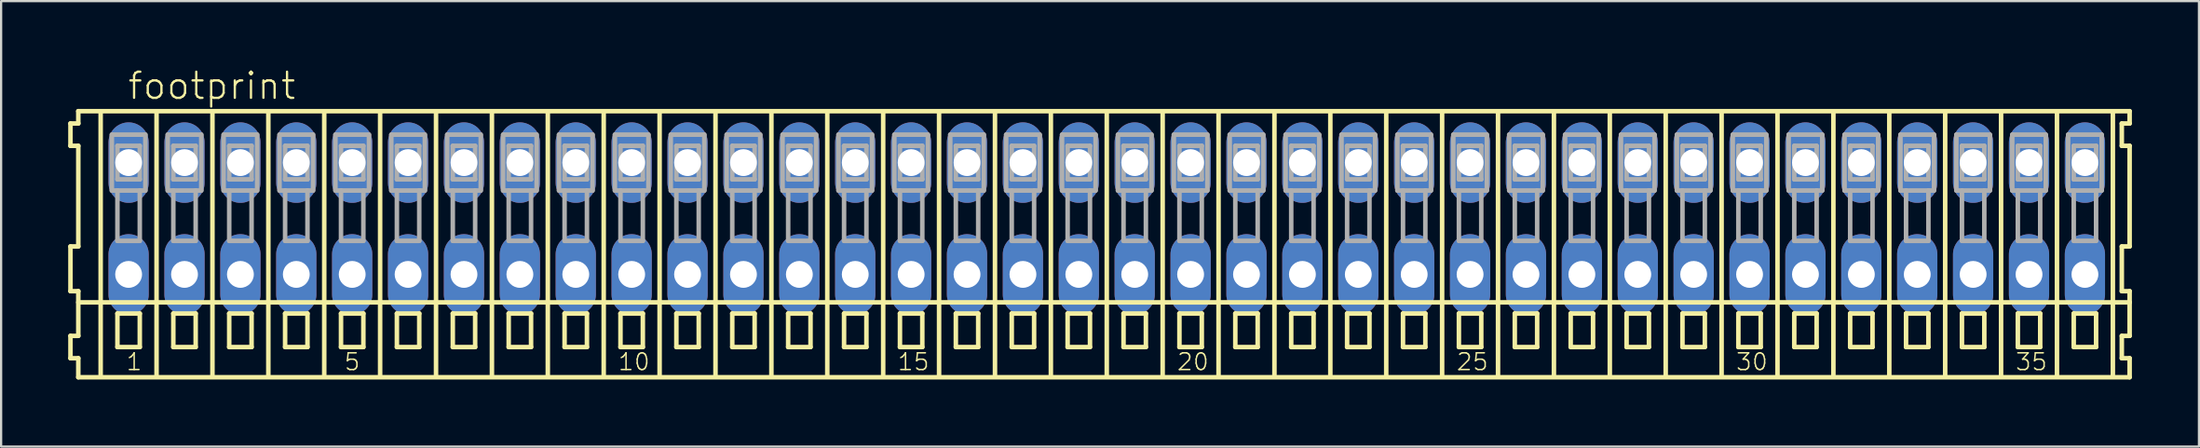
<source format=kicad_pcb>
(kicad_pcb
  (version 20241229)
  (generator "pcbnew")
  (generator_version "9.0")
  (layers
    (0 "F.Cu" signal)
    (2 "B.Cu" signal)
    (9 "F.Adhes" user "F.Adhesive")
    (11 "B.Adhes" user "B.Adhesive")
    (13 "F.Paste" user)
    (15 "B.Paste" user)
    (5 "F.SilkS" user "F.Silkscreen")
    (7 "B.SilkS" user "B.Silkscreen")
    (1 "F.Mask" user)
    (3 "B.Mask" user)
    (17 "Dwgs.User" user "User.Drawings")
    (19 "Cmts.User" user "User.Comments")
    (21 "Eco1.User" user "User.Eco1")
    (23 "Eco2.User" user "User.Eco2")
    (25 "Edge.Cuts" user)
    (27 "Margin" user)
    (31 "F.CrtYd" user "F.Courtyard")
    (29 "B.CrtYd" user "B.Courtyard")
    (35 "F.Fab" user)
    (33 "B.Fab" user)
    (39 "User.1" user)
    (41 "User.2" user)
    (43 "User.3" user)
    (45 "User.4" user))
  (footprint "footprint"
    (layer "F.Cu")
    (at 46.452 6.723)
    (property "Reference" "footprint" (at -43.85 -5.25 0) (layer "F.SilkS") (effects (font (size 1.168 1.168) (thickness 0.102)) (justify left bottom)))
    (fp_line (start -46.35 -4.25) (end -46.35 -3.25) (stroke (width 0.203) (type solid)) (layer "F.SilkS"))
    (fp_line (start -46.35 -3.25) (end -46 -3.25) (stroke (width 0.203) (type solid)) (layer "F.SilkS"))
    (fp_line (start -46.35 1.25) (end -46.35 3.25) (stroke (width 0.203) (type solid)) (layer "F.SilkS"))
    (fp_line (start -46.35 3.25) (end -46 3.25) (stroke (width 0.203) (type solid)) (layer "F.SilkS"))
    (fp_line (start -46.35 5.25) (end -46.35 6.25) (stroke (width 0.203) (type solid)) (layer "F.SilkS"))
    (fp_line (start -46.35 6.25) (end -46 6.25) (stroke (width 0.203) (type solid)) (layer "F.SilkS"))
    (fp_line (start -46 -4.8) (end -46 -4.25) (stroke (width 0.203) (type solid)) (layer "F.SilkS"))
    (fp_line (start -46 -4.25) (end -46.35 -4.25) (stroke (width 0.203) (type solid)) (layer "F.SilkS"))
    (fp_line (start -46 -3.25) (end -46 1.25) (stroke (width 0.203) (type solid)) (layer "F.SilkS"))
    (fp_line (start -46 1.25) (end -46.35 1.25) (stroke (width 0.203) (type solid)) (layer "F.SilkS"))
    (fp_line (start -46 3.25) (end -46 5.25) (stroke (width 0.203) (type solid)) (layer "F.SilkS"))
    (fp_line (start -46 3.75) (end 45.75 3.75) (stroke (width 0.203) (type solid)) (layer "F.SilkS"))
    (fp_line (start -46 5.25) (end -46.35 5.25) (stroke (width 0.203) (type solid)) (layer "F.SilkS"))
    (fp_line (start -46 6.25) (end -46 7.1) (stroke (width 0.203) (type solid)) (layer "F.SilkS"))
    (fp_line (start -46 7.1) (end 45.75 7.1) (stroke (width 0.203) (type solid)) (layer "F.SilkS"))
    (fp_line (start -45 -4.75) (end -45 7) (stroke (width 0.203) (type solid)) (layer "F.SilkS"))
    (fp_line (start -44.25 4.25) (end -44.25 5.75) (stroke (width 0.203) (type solid)) (layer "F.SilkS"))
    (fp_line (start -44.25 5.75) (end -43.25 5.75) (stroke (width 0.203) (type solid)) (layer "F.SilkS"))
    (fp_line (start -43.25 4.25) (end -44.25 4.25) (stroke (width 0.203) (type solid)) (layer "F.SilkS"))
    (fp_line (start -43.25 5.75) (end -43.25 4.25) (stroke (width 0.203) (type solid)) (layer "F.SilkS"))
    (fp_line (start -42.5 -4.75) (end -42.5 7) (stroke (width 0.203) (type solid)) (layer "F.SilkS"))
    (fp_line (start -41.75 4.25) (end -41.75 5.75) (stroke (width 0.203) (type solid)) (layer "F.SilkS"))
    (fp_line (start -41.75 5.75) (end -40.75 5.75) (stroke (width 0.203) (type solid)) (layer "F.SilkS"))
    (fp_line (start -40.75 4.25) (end -41.75 4.25) (stroke (width 0.203) (type solid)) (layer "F.SilkS"))
    (fp_line (start -40.75 5.75) (end -40.75 4.25) (stroke (width 0.203) (type solid)) (layer "F.SilkS"))
    (fp_line (start -40 -4.75) (end -40 7) (stroke (width 0.203) (type solid)) (layer "F.SilkS"))
    (fp_line (start -39.25 4.25) (end -39.25 5.75) (stroke (width 0.203) (type solid)) (layer "F.SilkS"))
    (fp_line (start -39.25 5.75) (end -38.25 5.75) (stroke (width 0.203) (type solid)) (layer "F.SilkS"))
    (fp_line (start -38.25 4.25) (end -39.25 4.25) (stroke (width 0.203) (type solid)) (layer "F.SilkS"))
    (fp_line (start -38.25 5.75) (end -38.25 4.25) (stroke (width 0.203) (type solid)) (layer "F.SilkS"))
    (fp_line (start -37.5 -4.75) (end -37.5 7) (stroke (width 0.203) (type solid)) (layer "F.SilkS"))
    (fp_line (start -36.75 4.25) (end -36.75 5.75) (stroke (width 0.203) (type solid)) (layer "F.SilkS"))
    (fp_line (start -36.75 5.75) (end -35.75 5.75) (stroke (width 0.203) (type solid)) (layer "F.SilkS"))
    (fp_line (start -35.75 4.25) (end -36.75 4.25) (stroke (width 0.203) (type solid)) (layer "F.SilkS"))
    (fp_line (start -35.75 5.75) (end -35.75 4.25) (stroke (width 0.203) (type solid)) (layer "F.SilkS"))
    (fp_line (start -35 -4.75) (end -35 7) (stroke (width 0.203) (type solid)) (layer "F.SilkS"))
    (fp_line (start -34.25 4.25) (end -34.25 5.75) (stroke (width 0.203) (type solid)) (layer "F.SilkS"))
    (fp_line (start -34.25 5.75) (end -33.25 5.75) (stroke (width 0.203) (type solid)) (layer "F.SilkS"))
    (fp_line (start -33.25 4.25) (end -34.25 4.25) (stroke (width 0.203) (type solid)) (layer "F.SilkS"))
    (fp_line (start -33.25 5.75) (end -33.25 4.25) (stroke (width 0.203) (type solid)) (layer "F.SilkS"))
    (fp_line (start -32.5 -4.75) (end -32.5 7) (stroke (width 0.203) (type solid)) (layer "F.SilkS"))
    (fp_line (start -31.75 4.25) (end -31.75 5.75) (stroke (width 0.203) (type solid)) (layer "F.SilkS"))
    (fp_line (start -31.75 5.75) (end -30.75 5.75) (stroke (width 0.203) (type solid)) (layer "F.SilkS"))
    (fp_line (start -30.75 4.25) (end -31.75 4.25) (stroke (width 0.203) (type solid)) (layer "F.SilkS"))
    (fp_line (start -30.75 5.75) (end -30.75 4.25) (stroke (width 0.203) (type solid)) (layer "F.SilkS"))
    (fp_line (start -30 -4.75) (end -30 7) (stroke (width 0.203) (type solid)) (layer "F.SilkS"))
    (fp_line (start -29.25 4.25) (end -29.25 5.75) (stroke (width 0.203) (type solid)) (layer "F.SilkS"))
    (fp_line (start -29.25 5.75) (end -28.25 5.75) (stroke (width 0.203) (type solid)) (layer "F.SilkS"))
    (fp_line (start -28.25 4.25) (end -29.25 4.25) (stroke (width 0.203) (type solid)) (layer "F.SilkS"))
    (fp_line (start -28.25 5.75) (end -28.25 4.25) (stroke (width 0.203) (type solid)) (layer "F.SilkS"))
    (fp_line (start -27.5 -4.75) (end -27.5 7) (stroke (width 0.203) (type solid)) (layer "F.SilkS"))
    (fp_line (start -26.75 4.25) (end -26.75 5.75) (stroke (width 0.203) (type solid)) (layer "F.SilkS"))
    (fp_line (start -26.75 5.75) (end -25.75 5.75) (stroke (width 0.203) (type solid)) (layer "F.SilkS"))
    (fp_line (start -25.75 4.25) (end -26.75 4.25) (stroke (width 0.203) (type solid)) (layer "F.SilkS"))
    (fp_line (start -25.75 5.75) (end -25.75 4.25) (stroke (width 0.203) (type solid)) (layer "F.SilkS"))
    (fp_line (start -25 -4.75) (end -25 7) (stroke (width 0.203) (type solid)) (layer "F.SilkS"))
    (fp_line (start -24.25 4.25) (end -24.25 5.75) (stroke (width 0.203) (type solid)) (layer "F.SilkS"))
    (fp_line (start -24.25 5.75) (end -23.25 5.75) (stroke (width 0.203) (type solid)) (layer "F.SilkS"))
    (fp_line (start -23.25 4.25) (end -24.25 4.25) (stroke (width 0.203) (type solid)) (layer "F.SilkS"))
    (fp_line (start -23.25 5.75) (end -23.25 4.25) (stroke (width 0.203) (type solid)) (layer "F.SilkS"))
    (fp_line (start -22.5 -4.75) (end -22.5 7) (stroke (width 0.203) (type solid)) (layer "F.SilkS"))
    (fp_line (start -21.75 4.25) (end -21.75 5.75) (stroke (width 0.203) (type solid)) (layer "F.SilkS"))
    (fp_line (start -21.75 5.75) (end -20.75 5.75) (stroke (width 0.203) (type solid)) (layer "F.SilkS"))
    (fp_line (start -20.75 4.25) (end -21.75 4.25) (stroke (width 0.203) (type solid)) (layer "F.SilkS"))
    (fp_line (start -20.75 5.75) (end -20.75 4.25) (stroke (width 0.203) (type solid)) (layer "F.SilkS"))
    (fp_line (start -20 -4.75) (end -20 7) (stroke (width 0.203) (type solid)) (layer "F.SilkS"))
    (fp_line (start -19.25 4.25) (end -19.25 5.75) (stroke (width 0.203) (type solid)) (layer "F.SilkS"))
    (fp_line (start -19.25 5.75) (end -18.25 5.75) (stroke (width 0.203) (type solid)) (layer "F.SilkS"))
    (fp_line (start -18.25 4.25) (end -19.25 4.25) (stroke (width 0.203) (type solid)) (layer "F.SilkS"))
    (fp_line (start -18.25 5.75) (end -18.25 4.25) (stroke (width 0.203) (type solid)) (layer "F.SilkS"))
    (fp_line (start -17.5 -4.75) (end -17.5 7) (stroke (width 0.203) (type solid)) (layer "F.SilkS"))
    (fp_line (start -16.75 4.25) (end -16.75 5.75) (stroke (width 0.203) (type solid)) (layer "F.SilkS"))
    (fp_line (start -16.75 5.75) (end -15.75 5.75) (stroke (width 0.203) (type solid)) (layer "F.SilkS"))
    (fp_line (start -15.75 4.25) (end -16.75 4.25) (stroke (width 0.203) (type solid)) (layer "F.SilkS"))
    (fp_line (start -15.75 5.75) (end -15.75 4.25) (stroke (width 0.203) (type solid)) (layer "F.SilkS"))
    (fp_line (start -15 -4.75) (end -15 7) (stroke (width 0.203) (type solid)) (layer "F.SilkS"))
    (fp_line (start -14.25 4.25) (end -14.25 5.75) (stroke (width 0.203) (type solid)) (layer "F.SilkS"))
    (fp_line (start -14.25 5.75) (end -13.25 5.75) (stroke (width 0.203) (type solid)) (layer "F.SilkS"))
    (fp_line (start -13.25 4.25) (end -14.25 4.25) (stroke (width 0.203) (type solid)) (layer "F.SilkS"))
    (fp_line (start -13.25 5.75) (end -13.25 4.25) (stroke (width 0.203) (type solid)) (layer "F.SilkS"))
    (fp_line (start -12.5 -4.75) (end -12.5 7) (stroke (width 0.203) (type solid)) (layer "F.SilkS"))
    (fp_line (start -11.75 4.25) (end -11.75 5.75) (stroke (width 0.203) (type solid)) (layer "F.SilkS"))
    (fp_line (start -11.75 5.75) (end -10.75 5.75) (stroke (width 0.203) (type solid)) (layer "F.SilkS"))
    (fp_line (start -10.75 4.25) (end -11.75 4.25) (stroke (width 0.203) (type solid)) (layer "F.SilkS"))
    (fp_line (start -10.75 5.75) (end -10.75 4.25) (stroke (width 0.203) (type solid)) (layer "F.SilkS"))
    (fp_line (start -10 -4.75) (end -10 7) (stroke (width 0.203) (type solid)) (layer "F.SilkS"))
    (fp_line (start -9.25 4.25) (end -9.25 5.75) (stroke (width 0.203) (type solid)) (layer "F.SilkS"))
    (fp_line (start -9.25 5.75) (end -8.25 5.75) (stroke (width 0.203) (type solid)) (layer "F.SilkS"))
    (fp_line (start -8.25 4.25) (end -9.25 4.25) (stroke (width 0.203) (type solid)) (layer "F.SilkS"))
    (fp_line (start -8.25 5.75) (end -8.25 4.25) (stroke (width 0.203) (type solid)) (layer "F.SilkS"))
    (fp_line (start -7.5 -4.75) (end -7.5 7) (stroke (width 0.203) (type solid)) (layer "F.SilkS"))
    (fp_line (start -6.75 4.25) (end -6.75 5.75) (stroke (width 0.203) (type solid)) (layer "F.SilkS"))
    (fp_line (start -6.75 5.75) (end -5.75 5.75) (stroke (width 0.203) (type solid)) (layer "F.SilkS"))
    (fp_line (start -5.75 4.25) (end -6.75 4.25) (stroke (width 0.203) (type solid)) (layer "F.SilkS"))
    (fp_line (start -5.75 5.75) (end -5.75 4.25) (stroke (width 0.203) (type solid)) (layer "F.SilkS"))
    (fp_line (start -5 -4.75) (end -5 7) (stroke (width 0.203) (type solid)) (layer "F.SilkS"))
    (fp_line (start -4.25 4.25) (end -4.25 5.75) (stroke (width 0.203) (type solid)) (layer "F.SilkS"))
    (fp_line (start -4.25 5.75) (end -3.25 5.75) (stroke (width 0.203) (type solid)) (layer "F.SilkS"))
    (fp_line (start -3.25 4.25) (end -4.25 4.25) (stroke (width 0.203) (type solid)) (layer "F.SilkS"))
    (fp_line (start -3.25 5.75) (end -3.25 4.25) (stroke (width 0.203) (type solid)) (layer "F.SilkS"))
    (fp_line (start -2.5 -4.75) (end -2.5 7) (stroke (width 0.203) (type solid)) (layer "F.SilkS"))
    (fp_line (start -1.75 4.25) (end -1.75 5.75) (stroke (width 0.203) (type solid)) (layer "F.SilkS"))
    (fp_line (start -1.75 5.75) (end -0.75 5.75) (stroke (width 0.203) (type solid)) (layer "F.SilkS"))
    (fp_line (start -0.75 4.25) (end -1.75 4.25) (stroke (width 0.203) (type solid)) (layer "F.SilkS"))
    (fp_line (start -0.75 5.75) (end -0.75 4.25) (stroke (width 0.203) (type solid)) (layer "F.SilkS"))
    (fp_line (start 0 -4.75) (end 0 7) (stroke (width 0.203) (type solid)) (layer "F.SilkS"))
    (fp_line (start 0.75 4.25) (end 0.75 5.75) (stroke (width 0.203) (type solid)) (layer "F.SilkS"))
    (fp_line (start 0.75 5.75) (end 1.75 5.75) (stroke (width 0.203) (type solid)) (layer "F.SilkS"))
    (fp_line (start 1.75 4.25) (end 0.75 4.25) (stroke (width 0.203) (type solid)) (layer "F.SilkS"))
    (fp_line (start 1.75 5.75) (end 1.75 4.25) (stroke (width 0.203) (type solid)) (layer "F.SilkS"))
    (fp_line (start 2.5 -4.75) (end 2.5 7) (stroke (width 0.203) (type solid)) (layer "F.SilkS"))
    (fp_line (start 3.25 4.25) (end 3.25 5.75) (stroke (width 0.203) (type solid)) (layer "F.SilkS"))
    (fp_line (start 3.25 5.75) (end 4.25 5.75) (stroke (width 0.203) (type solid)) (layer "F.SilkS"))
    (fp_line (start 4.25 4.25) (end 3.25 4.25) (stroke (width 0.203) (type solid)) (layer "F.SilkS"))
    (fp_line (start 4.25 5.75) (end 4.25 4.25) (stroke (width 0.203) (type solid)) (layer "F.SilkS"))
    (fp_line (start 5 -4.75) (end 5 7) (stroke (width 0.203) (type solid)) (layer "F.SilkS"))
    (fp_line (start 5.75 4.25) (end 5.75 5.75) (stroke (width 0.203) (type solid)) (layer "F.SilkS"))
    (fp_line (start 5.75 5.75) (end 6.75 5.75) (stroke (width 0.203) (type solid)) (layer "F.SilkS"))
    (fp_line (start 6.75 4.25) (end 5.75 4.25) (stroke (width 0.203) (type solid)) (layer "F.SilkS"))
    (fp_line (start 6.75 5.75) (end 6.75 4.25) (stroke (width 0.203) (type solid)) (layer "F.SilkS"))
    (fp_line (start 7.5 -4.75) (end 7.5 7) (stroke (width 0.203) (type solid)) (layer "F.SilkS"))
    (fp_line (start 8.25 4.25) (end 8.25 5.75) (stroke (width 0.203) (type solid)) (layer "F.SilkS"))
    (fp_line (start 8.25 5.75) (end 9.25 5.75) (stroke (width 0.203) (type solid)) (layer "F.SilkS"))
    (fp_line (start 9.25 4.25) (end 8.25 4.25) (stroke (width 0.203) (type solid)) (layer "F.SilkS"))
    (fp_line (start 9.25 5.75) (end 9.25 4.25) (stroke (width 0.203) (type solid)) (layer "F.SilkS"))
    (fp_line (start 10 -4.75) (end 10 7) (stroke (width 0.203) (type solid)) (layer "F.SilkS"))
    (fp_line (start 10.75 4.25) (end 10.75 5.75) (stroke (width 0.203) (type solid)) (layer "F.SilkS"))
    (fp_line (start 10.75 5.75) (end 11.75 5.75) (stroke (width 0.203) (type solid)) (layer "F.SilkS"))
    (fp_line (start 11.75 4.25) (end 10.75 4.25) (stroke (width 0.203) (type solid)) (layer "F.SilkS"))
    (fp_line (start 11.75 5.75) (end 11.75 4.25) (stroke (width 0.203) (type solid)) (layer "F.SilkS"))
    (fp_line (start 12.5 -4.75) (end 12.5 7) (stroke (width 0.203) (type solid)) (layer "F.SilkS"))
    (fp_line (start 13.25 4.25) (end 13.25 5.75) (stroke (width 0.203) (type solid)) (layer "F.SilkS"))
    (fp_line (start 13.25 5.75) (end 14.25 5.75) (stroke (width 0.203) (type solid)) (layer "F.SilkS"))
    (fp_line (start 14.25 4.25) (end 13.25 4.25) (stroke (width 0.203) (type solid)) (layer "F.SilkS"))
    (fp_line (start 14.25 5.75) (end 14.25 4.25) (stroke (width 0.203) (type solid)) (layer "F.SilkS"))
    (fp_line (start 15 -4.75) (end 15 7) (stroke (width 0.203) (type solid)) (layer "F.SilkS"))
    (fp_line (start 15.75 4.25) (end 15.75 5.75) (stroke (width 0.203) (type solid)) (layer "F.SilkS"))
    (fp_line (start 15.75 5.75) (end 16.75 5.75) (stroke (width 0.203) (type solid)) (layer "F.SilkS"))
    (fp_line (start 16.75 4.25) (end 15.75 4.25) (stroke (width 0.203) (type solid)) (layer "F.SilkS"))
    (fp_line (start 16.75 5.75) (end 16.75 4.25) (stroke (width 0.203) (type solid)) (layer "F.SilkS"))
    (fp_line (start 17.5 -4.75) (end 17.5 7) (stroke (width 0.203) (type solid)) (layer "F.SilkS"))
    (fp_line (start 18.25 4.25) (end 18.25 5.75) (stroke (width 0.203) (type solid)) (layer "F.SilkS"))
    (fp_line (start 18.25 5.75) (end 19.25 5.75) (stroke (width 0.203) (type solid)) (layer "F.SilkS"))
    (fp_line (start 19.25 4.25) (end 18.25 4.25) (stroke (width 0.203) (type solid)) (layer "F.SilkS"))
    (fp_line (start 19.25 5.75) (end 19.25 4.25) (stroke (width 0.203) (type solid)) (layer "F.SilkS"))
    (fp_line (start 20 -4.75) (end 20 7) (stroke (width 0.203) (type solid)) (layer "F.SilkS"))
    (fp_line (start 20.75 4.25) (end 20.75 5.75) (stroke (width 0.203) (type solid)) (layer "F.SilkS"))
    (fp_line (start 20.75 5.75) (end 21.75 5.75) (stroke (width 0.203) (type solid)) (layer "F.SilkS"))
    (fp_line (start 21.75 4.25) (end 20.75 4.25) (stroke (width 0.203) (type solid)) (layer "F.SilkS"))
    (fp_line (start 21.75 5.75) (end 21.75 4.25) (stroke (width 0.203) (type solid)) (layer "F.SilkS"))
    (fp_line (start 22.5 -4.75) (end 22.5 7) (stroke (width 0.203) (type solid)) (layer "F.SilkS"))
    (fp_line (start 23.25 4.25) (end 23.25 5.75) (stroke (width 0.203) (type solid)) (layer "F.SilkS"))
    (fp_line (start 23.25 5.75) (end 24.25 5.75) (stroke (width 0.203) (type solid)) (layer "F.SilkS"))
    (fp_line (start 24.25 4.25) (end 23.25 4.25) (stroke (width 0.203) (type solid)) (layer "F.SilkS"))
    (fp_line (start 24.25 5.75) (end 24.25 4.25) (stroke (width 0.203) (type solid)) (layer "F.SilkS"))
    (fp_line (start 25 -4.75) (end 25 7) (stroke (width 0.203) (type solid)) (layer "F.SilkS"))
    (fp_line (start 25.75 4.25) (end 25.75 5.75) (stroke (width 0.203) (type solid)) (layer "F.SilkS"))
    (fp_line (start 25.75 5.75) (end 26.75 5.75) (stroke (width 0.203) (type solid)) (layer "F.SilkS"))
    (fp_line (start 26.75 4.25) (end 25.75 4.25) (stroke (width 0.203) (type solid)) (layer "F.SilkS"))
    (fp_line (start 26.75 5.75) (end 26.75 4.25) (stroke (width 0.203) (type solid)) (layer "F.SilkS"))
    (fp_line (start 27.5 -4.75) (end 27.5 7) (stroke (width 0.203) (type solid)) (layer "F.SilkS"))
    (fp_line (start 28.25 4.25) (end 28.25 5.75) (stroke (width 0.203) (type solid)) (layer "F.SilkS"))
    (fp_line (start 28.25 5.75) (end 29.25 5.75) (stroke (width 0.203) (type solid)) (layer "F.SilkS"))
    (fp_line (start 29.25 4.25) (end 28.25 4.25) (stroke (width 0.203) (type solid)) (layer "F.SilkS"))
    (fp_line (start 29.25 5.75) (end 29.25 4.25) (stroke (width 0.203) (type solid)) (layer "F.SilkS"))
    (fp_line (start 30 -4.75) (end 30 7) (stroke (width 0.203) (type solid)) (layer "F.SilkS"))
    (fp_line (start 30.75 4.25) (end 30.75 5.75) (stroke (width 0.203) (type solid)) (layer "F.SilkS"))
    (fp_line (start 30.75 5.75) (end 31.75 5.75) (stroke (width 0.203) (type solid)) (layer "F.SilkS"))
    (fp_line (start 31.75 4.25) (end 30.75 4.25) (stroke (width 0.203) (type solid)) (layer "F.SilkS"))
    (fp_line (start 31.75 5.75) (end 31.75 4.25) (stroke (width 0.203) (type solid)) (layer "F.SilkS"))
    (fp_line (start 32.5 -4.75) (end 32.5 7) (stroke (width 0.203) (type solid)) (layer "F.SilkS"))
    (fp_line (start 33.25 4.25) (end 33.25 5.75) (stroke (width 0.203) (type solid)) (layer "F.SilkS"))
    (fp_line (start 33.25 5.75) (end 34.25 5.75) (stroke (width 0.203) (type solid)) (layer "F.SilkS"))
    (fp_line (start 34.25 4.25) (end 33.25 4.25) (stroke (width 0.203) (type solid)) (layer "F.SilkS"))
    (fp_line (start 34.25 5.75) (end 34.25 4.25) (stroke (width 0.203) (type solid)) (layer "F.SilkS"))
    (fp_line (start 35 -4.75) (end 35 7) (stroke (width 0.203) (type solid)) (layer "F.SilkS"))
    (fp_line (start 35.75 4.25) (end 35.75 5.75) (stroke (width 0.203) (type solid)) (layer "F.SilkS"))
    (fp_line (start 35.75 5.75) (end 36.75 5.75) (stroke (width 0.203) (type solid)) (layer "F.SilkS"))
    (fp_line (start 36.75 4.25) (end 35.75 4.25) (stroke (width 0.203) (type solid)) (layer "F.SilkS"))
    (fp_line (start 36.75 5.75) (end 36.75 4.25) (stroke (width 0.203) (type solid)) (layer "F.SilkS"))
    (fp_line (start 37.5 -4.75) (end 37.5 7) (stroke (width 0.203) (type solid)) (layer "F.SilkS"))
    (fp_line (start 38.25 4.25) (end 38.25 5.75) (stroke (width 0.203) (type solid)) (layer "F.SilkS"))
    (fp_line (start 38.25 5.75) (end 39.25 5.75) (stroke (width 0.203) (type solid)) (layer "F.SilkS"))
    (fp_line (start 39.25 4.25) (end 38.25 4.25) (stroke (width 0.203) (type solid)) (layer "F.SilkS"))
    (fp_line (start 39.25 5.75) (end 39.25 4.25) (stroke (width 0.203) (type solid)) (layer "F.SilkS"))
    (fp_line (start 40 -4.75) (end 40 7) (stroke (width 0.203) (type solid)) (layer "F.SilkS"))
    (fp_line (start 40.75 4.25) (end 40.75 5.75) (stroke (width 0.203) (type solid)) (layer "F.SilkS"))
    (fp_line (start 40.75 5.75) (end 41.75 5.75) (stroke (width 0.203) (type solid)) (layer "F.SilkS"))
    (fp_line (start 41.75 4.25) (end 40.75 4.25) (stroke (width 0.203) (type solid)) (layer "F.SilkS"))
    (fp_line (start 41.75 5.75) (end 41.75 4.25) (stroke (width 0.203) (type solid)) (layer "F.SilkS"))
    (fp_line (start 42.5 -4.75) (end 42.5 7) (stroke (width 0.203) (type solid)) (layer "F.SilkS"))
    (fp_line (start 43.25 4.25) (end 43.25 5.75) (stroke (width 0.203) (type solid)) (layer "F.SilkS"))
    (fp_line (start 43.25 5.75) (end 44.25 5.75) (stroke (width 0.203) (type solid)) (layer "F.SilkS"))
    (fp_line (start 44.25 4.25) (end 43.25 4.25) (stroke (width 0.203) (type solid)) (layer "F.SilkS"))
    (fp_line (start 44.25 5.75) (end 44.25 4.25) (stroke (width 0.203) (type solid)) (layer "F.SilkS"))
    (fp_line (start 45 -4.75) (end 45 7) (stroke (width 0.203) (type solid)) (layer "F.SilkS"))
    (fp_line (start 45.4 -4.25) (end 45.4 -3.25) (stroke (width 0.203) (type solid)) (layer "F.SilkS"))
    (fp_line (start 45.4 -3.25) (end 45.75 -3.25) (stroke (width 0.203) (type solid)) (layer "F.SilkS"))
    (fp_line (start 45.4 1.25) (end 45.4 3.25) (stroke (width 0.203) (type solid)) (layer "F.SilkS"))
    (fp_line (start 45.4 3.25) (end 45.75 3.25) (stroke (width 0.203) (type solid)) (layer "F.SilkS"))
    (fp_line (start 45.4 5.25) (end 45.4 6.25) (stroke (width 0.203) (type solid)) (layer "F.SilkS"))
    (fp_line (start 45.4 6.25) (end 45.75 6.25) (stroke (width 0.203) (type solid)) (layer "F.SilkS"))
    (fp_line (start 45.75 -4.8) (end -46 -4.8) (stroke (width 0.203) (type solid)) (layer "F.SilkS"))
    (fp_line (start 45.75 -4.25) (end 45.4 -4.25) (stroke (width 0.203) (type solid)) (layer "F.SilkS"))
    (fp_line (start 45.75 -4.25) (end 45.75 -4.8) (stroke (width 0.203) (type solid)) (layer "F.SilkS"))
    (fp_line (start 45.75 1.25) (end 45.4 1.25) (stroke (width 0.203) (type solid)) (layer "F.SilkS"))
    (fp_line (start 45.75 1.25) (end 45.75 -3.25) (stroke (width 0.203) (type solid)) (layer "F.SilkS"))
    (fp_line (start 45.75 3.75) (end 45.75 3.25) (stroke (width 0.203) (type solid)) (layer "F.SilkS"))
    (fp_line (start 45.75 5.25) (end 45.4 5.25) (stroke (width 0.203) (type solid)) (layer "F.SilkS"))
    (fp_line (start 45.75 5.25) (end 45.75 3.75) (stroke (width 0.203) (type solid)) (layer "F.SilkS"))
    (fp_line (start 45.75 7.1) (end 45.75 6.25) (stroke (width 0.203) (type solid)) (layer "F.SilkS"))
    (fp_line (start -44.5 -3.75) (end -44.5 -1.25) (stroke (width 0.203) (type solid)) (layer "F.Fab"))
    (fp_line (start -44.5 -1.25) (end -44.25 -1.25) (stroke (width 0.203) (type solid)) (layer "F.Fab"))
    (fp_line (start -44.25 -3.25) (end -44.25 -1.75) (stroke (width 0.203) (type solid)) (layer "F.Fab"))
    (fp_line (start -44.25 -1.75) (end -43.25 -1.75) (stroke (width 0.203) (type solid)) (layer "F.Fab"))
    (fp_line (start -44.25 -1.25) (end -44.25 1) (stroke (width 0.203) (type solid)) (layer "F.Fab"))
    (fp_line (start -44.25 -1.25) (end -43.25 -1.25) (stroke (width 0.203) (type solid)) (layer "F.Fab"))
    (fp_line (start -44.25 1) (end -43.25 1) (stroke (width 0.203) (type solid)) (layer "F.Fab"))
    (fp_line (start -43.25 -3.25) (end -44.25 -3.25) (stroke (width 0.203) (type solid)) (layer "F.Fab"))
    (fp_line (start -43.25 -1.75) (end -43.25 -3.25) (stroke (width 0.203) (type solid)) (layer "F.Fab"))
    (fp_line (start -43.25 -1.25) (end -43 -1.25) (stroke (width 0.203) (type solid)) (layer "F.Fab"))
    (fp_line (start -43.25 1) (end -43.25 -1.25) (stroke (width 0.203) (type solid)) (layer "F.Fab"))
    (fp_line (start -43 -3.75) (end -44.5 -3.75) (stroke (width 0.203) (type solid)) (layer "F.Fab"))
    (fp_line (start -43 -1.25) (end -43 -3.75) (stroke (width 0.203) (type solid)) (layer "F.Fab"))
    (fp_line (start -42 -3.75) (end -42 -1.25) (stroke (width 0.203) (type solid)) (layer "F.Fab"))
    (fp_line (start -42 -1.25) (end -41.75 -1.25) (stroke (width 0.203) (type solid)) (layer "F.Fab"))
    (fp_line (start -41.75 -3.25) (end -41.75 -1.75) (stroke (width 0.203) (type solid)) (layer "F.Fab"))
    (fp_line (start -41.75 -1.75) (end -40.75 -1.75) (stroke (width 0.203) (type solid)) (layer "F.Fab"))
    (fp_line (start -41.75 -1.25) (end -41.75 1) (stroke (width 0.203) (type solid)) (layer "F.Fab"))
    (fp_line (start -41.75 -1.25) (end -40.75 -1.25) (stroke (width 0.203) (type solid)) (layer "F.Fab"))
    (fp_line (start -41.75 1) (end -40.75 1) (stroke (width 0.203) (type solid)) (layer "F.Fab"))
    (fp_line (start -40.75 -3.25) (end -41.75 -3.25) (stroke (width 0.203) (type solid)) (layer "F.Fab"))
    (fp_line (start -40.75 -1.75) (end -40.75 -3.25) (stroke (width 0.203) (type solid)) (layer "F.Fab"))
    (fp_line (start -40.75 -1.25) (end -40.5 -1.25) (stroke (width 0.203) (type solid)) (layer "F.Fab"))
    (fp_line (start -40.75 1) (end -40.75 -1.25) (stroke (width 0.203) (type solid)) (layer "F.Fab"))
    (fp_line (start -40.5 -3.75) (end -42 -3.75) (stroke (width 0.203) (type solid)) (layer "F.Fab"))
    (fp_line (start -40.5 -1.25) (end -40.5 -3.75) (stroke (width 0.203) (type solid)) (layer "F.Fab"))
    (fp_line (start -39.5 -3.75) (end -39.5 -1.25) (stroke (width 0.203) (type solid)) (layer "F.Fab"))
    (fp_line (start -39.5 -1.25) (end -39.25 -1.25) (stroke (width 0.203) (type solid)) (layer "F.Fab"))
    (fp_line (start -39.25 -3.25) (end -39.25 -1.75) (stroke (width 0.203) (type solid)) (layer "F.Fab"))
    (fp_line (start -39.25 -1.75) (end -38.25 -1.75) (stroke (width 0.203) (type solid)) (layer "F.Fab"))
    (fp_line (start -39.25 -1.25) (end -39.25 1) (stroke (width 0.203) (type solid)) (layer "F.Fab"))
    (fp_line (start -39.25 -1.25) (end -38.25 -1.25) (stroke (width 0.203) (type solid)) (layer "F.Fab"))
    (fp_line (start -39.25 1) (end -38.25 1) (stroke (width 0.203) (type solid)) (layer "F.Fab"))
    (fp_line (start -38.25 -3.25) (end -39.25 -3.25) (stroke (width 0.203) (type solid)) (layer "F.Fab"))
    (fp_line (start -38.25 -1.75) (end -38.25 -3.25) (stroke (width 0.203) (type solid)) (layer "F.Fab"))
    (fp_line (start -38.25 -1.25) (end -38 -1.25) (stroke (width 0.203) (type solid)) (layer "F.Fab"))
    (fp_line (start -38.25 1) (end -38.25 -1.25) (stroke (width 0.203) (type solid)) (layer "F.Fab"))
    (fp_line (start -38 -3.75) (end -39.5 -3.75) (stroke (width 0.203) (type solid)) (layer "F.Fab"))
    (fp_line (start -38 -1.25) (end -38 -3.75) (stroke (width 0.203) (type solid)) (layer "F.Fab"))
    (fp_line (start -37 -3.75) (end -37 -1.25) (stroke (width 0.203) (type solid)) (layer "F.Fab"))
    (fp_line (start -37 -1.25) (end -36.75 -1.25) (stroke (width 0.203) (type solid)) (layer "F.Fab"))
    (fp_line (start -36.75 -3.25) (end -36.75 -1.75) (stroke (width 0.203) (type solid)) (layer "F.Fab"))
    (fp_line (start -36.75 -1.75) (end -35.75 -1.75) (stroke (width 0.203) (type solid)) (layer "F.Fab"))
    (fp_line (start -36.75 -1.25) (end -36.75 1) (stroke (width 0.203) (type solid)) (layer "F.Fab"))
    (fp_line (start -36.75 -1.25) (end -35.75 -1.25) (stroke (width 0.203) (type solid)) (layer "F.Fab"))
    (fp_line (start -36.75 1) (end -35.75 1) (stroke (width 0.203) (type solid)) (layer "F.Fab"))
    (fp_line (start -35.75 -3.25) (end -36.75 -3.25) (stroke (width 0.203) (type solid)) (layer "F.Fab"))
    (fp_line (start -35.75 -1.75) (end -35.75 -3.25) (stroke (width 0.203) (type solid)) (layer "F.Fab"))
    (fp_line (start -35.75 -1.25) (end -35.5 -1.25) (stroke (width 0.203) (type solid)) (layer "F.Fab"))
    (fp_line (start -35.75 1) (end -35.75 -1.25) (stroke (width 0.203) (type solid)) (layer "F.Fab"))
    (fp_line (start -35.5 -3.75) (end -37 -3.75) (stroke (width 0.203) (type solid)) (layer "F.Fab"))
    (fp_line (start -35.5 -1.25) (end -35.5 -3.75) (stroke (width 0.203) (type solid)) (layer "F.Fab"))
    (fp_line (start -34.5 -3.75) (end -34.5 -1.25) (stroke (width 0.203) (type solid)) (layer "F.Fab"))
    (fp_line (start -34.5 -1.25) (end -34.25 -1.25) (stroke (width 0.203) (type solid)) (layer "F.Fab"))
    (fp_line (start -34.25 -3.25) (end -34.25 -1.75) (stroke (width 0.203) (type solid)) (layer "F.Fab"))
    (fp_line (start -34.25 -1.75) (end -33.25 -1.75) (stroke (width 0.203) (type solid)) (layer "F.Fab"))
    (fp_line (start -34.25 -1.25) (end -34.25 1) (stroke (width 0.203) (type solid)) (layer "F.Fab"))
    (fp_line (start -34.25 -1.25) (end -33.25 -1.25) (stroke (width 0.203) (type solid)) (layer "F.Fab"))
    (fp_line (start -34.25 1) (end -33.25 1) (stroke (width 0.203) (type solid)) (layer "F.Fab"))
    (fp_line (start -33.25 -3.25) (end -34.25 -3.25) (stroke (width 0.203) (type solid)) (layer "F.Fab"))
    (fp_line (start -33.25 -1.75) (end -33.25 -3.25) (stroke (width 0.203) (type solid)) (layer "F.Fab"))
    (fp_line (start -33.25 -1.25) (end -33 -1.25) (stroke (width 0.203) (type solid)) (layer "F.Fab"))
    (fp_line (start -33.25 1) (end -33.25 -1.25) (stroke (width 0.203) (type solid)) (layer "F.Fab"))
    (fp_line (start -33 -3.75) (end -34.5 -3.75) (stroke (width 0.203) (type solid)) (layer "F.Fab"))
    (fp_line (start -33 -1.25) (end -33 -3.75) (stroke (width 0.203) (type solid)) (layer "F.Fab"))
    (fp_line (start -32 -3.75) (end -32 -1.25) (stroke (width 0.203) (type solid)) (layer "F.Fab"))
    (fp_line (start -32 -1.25) (end -31.75 -1.25) (stroke (width 0.203) (type solid)) (layer "F.Fab"))
    (fp_line (start -31.75 -3.25) (end -31.75 -1.75) (stroke (width 0.203) (type solid)) (layer "F.Fab"))
    (fp_line (start -31.75 -1.75) (end -30.75 -1.75) (stroke (width 0.203) (type solid)) (layer "F.Fab"))
    (fp_line (start -31.75 -1.25) (end -31.75 1) (stroke (width 0.203) (type solid)) (layer "F.Fab"))
    (fp_line (start -31.75 -1.25) (end -30.75 -1.25) (stroke (width 0.203) (type solid)) (layer "F.Fab"))
    (fp_line (start -31.75 1) (end -30.75 1) (stroke (width 0.203) (type solid)) (layer "F.Fab"))
    (fp_line (start -30.75 -3.25) (end -31.75 -3.25) (stroke (width 0.203) (type solid)) (layer "F.Fab"))
    (fp_line (start -30.75 -1.75) (end -30.75 -3.25) (stroke (width 0.203) (type solid)) (layer "F.Fab"))
    (fp_line (start -30.75 -1.25) (end -30.5 -1.25) (stroke (width 0.203) (type solid)) (layer "F.Fab"))
    (fp_line (start -30.75 1) (end -30.75 -1.25) (stroke (width 0.203) (type solid)) (layer "F.Fab"))
    (fp_line (start -30.5 -3.75) (end -32 -3.75) (stroke (width 0.203) (type solid)) (layer "F.Fab"))
    (fp_line (start -30.5 -1.25) (end -30.5 -3.75) (stroke (width 0.203) (type solid)) (layer "F.Fab"))
    (fp_line (start -29.5 -3.75) (end -29.5 -1.25) (stroke (width 0.203) (type solid)) (layer "F.Fab"))
    (fp_line (start -29.5 -1.25) (end -29.25 -1.25) (stroke (width 0.203) (type solid)) (layer "F.Fab"))
    (fp_line (start -29.25 -3.25) (end -29.25 -1.75) (stroke (width 0.203) (type solid)) (layer "F.Fab"))
    (fp_line (start -29.25 -1.75) (end -28.25 -1.75) (stroke (width 0.203) (type solid)) (layer "F.Fab"))
    (fp_line (start -29.25 -1.25) (end -29.25 1) (stroke (width 0.203) (type solid)) (layer "F.Fab"))
    (fp_line (start -29.25 -1.25) (end -28.25 -1.25) (stroke (width 0.203) (type solid)) (layer "F.Fab"))
    (fp_line (start -29.25 1) (end -28.25 1) (stroke (width 0.203) (type solid)) (layer "F.Fab"))
    (fp_line (start -28.25 -3.25) (end -29.25 -3.25) (stroke (width 0.203) (type solid)) (layer "F.Fab"))
    (fp_line (start -28.25 -1.75) (end -28.25 -3.25) (stroke (width 0.203) (type solid)) (layer "F.Fab"))
    (fp_line (start -28.25 -1.25) (end -28 -1.25) (stroke (width 0.203) (type solid)) (layer "F.Fab"))
    (fp_line (start -28.25 1) (end -28.25 -1.25) (stroke (width 0.203) (type solid)) (layer "F.Fab"))
    (fp_line (start -28 -3.75) (end -29.5 -3.75) (stroke (width 0.203) (type solid)) (layer "F.Fab"))
    (fp_line (start -28 -1.25) (end -28 -3.75) (stroke (width 0.203) (type solid)) (layer "F.Fab"))
    (fp_line (start -27 -3.75) (end -27 -1.25) (stroke (width 0.203) (type solid)) (layer "F.Fab"))
    (fp_line (start -27 -1.25) (end -26.75 -1.25) (stroke (width 0.203) (type solid)) (layer "F.Fab"))
    (fp_line (start -26.75 -3.25) (end -26.75 -1.75) (stroke (width 0.203) (type solid)) (layer "F.Fab"))
    (fp_line (start -26.75 -1.75) (end -25.75 -1.75) (stroke (width 0.203) (type solid)) (layer "F.Fab"))
    (fp_line (start -26.75 -1.25) (end -26.75 1) (stroke (width 0.203) (type solid)) (layer "F.Fab"))
    (fp_line (start -26.75 -1.25) (end -25.75 -1.25) (stroke (width 0.203) (type solid)) (layer "F.Fab"))
    (fp_line (start -26.75 1) (end -25.75 1) (stroke (width 0.203) (type solid)) (layer "F.Fab"))
    (fp_line (start -25.75 -3.25) (end -26.75 -3.25) (stroke (width 0.203) (type solid)) (layer "F.Fab"))
    (fp_line (start -25.75 -1.75) (end -25.75 -3.25) (stroke (width 0.203) (type solid)) (layer "F.Fab"))
    (fp_line (start -25.75 -1.25) (end -25.5 -1.25) (stroke (width 0.203) (type solid)) (layer "F.Fab"))
    (fp_line (start -25.75 1) (end -25.75 -1.25) (stroke (width 0.203) (type solid)) (layer "F.Fab"))
    (fp_line (start -25.5 -3.75) (end -27 -3.75) (stroke (width 0.203) (type solid)) (layer "F.Fab"))
    (fp_line (start -25.5 -1.25) (end -25.5 -3.75) (stroke (width 0.203) (type solid)) (layer "F.Fab"))
    (fp_line (start -24.5 -3.75) (end -24.5 -1.25) (stroke (width 0.203) (type solid)) (layer "F.Fab"))
    (fp_line (start -24.5 -1.25) (end -24.25 -1.25) (stroke (width 0.203) (type solid)) (layer "F.Fab"))
    (fp_line (start -24.25 -3.25) (end -24.25 -1.75) (stroke (width 0.203) (type solid)) (layer "F.Fab"))
    (fp_line (start -24.25 -1.75) (end -23.25 -1.75) (stroke (width 0.203) (type solid)) (layer "F.Fab"))
    (fp_line (start -24.25 -1.25) (end -24.25 1) (stroke (width 0.203) (type solid)) (layer "F.Fab"))
    (fp_line (start -24.25 -1.25) (end -23.25 -1.25) (stroke (width 0.203) (type solid)) (layer "F.Fab"))
    (fp_line (start -24.25 1) (end -23.25 1) (stroke (width 0.203) (type solid)) (layer "F.Fab"))
    (fp_line (start -23.25 -3.25) (end -24.25 -3.25) (stroke (width 0.203) (type solid)) (layer "F.Fab"))
    (fp_line (start -23.25 -1.75) (end -23.25 -3.25) (stroke (width 0.203) (type solid)) (layer "F.Fab"))
    (fp_line (start -23.25 -1.25) (end -23 -1.25) (stroke (width 0.203) (type solid)) (layer "F.Fab"))
    (fp_line (start -23.25 1) (end -23.25 -1.25) (stroke (width 0.203) (type solid)) (layer "F.Fab"))
    (fp_line (start -23 -3.75) (end -24.5 -3.75) (stroke (width 0.203) (type solid)) (layer "F.Fab"))
    (fp_line (start -23 -1.25) (end -23 -3.75) (stroke (width 0.203) (type solid)) (layer "F.Fab"))
    (fp_line (start -22 -3.75) (end -22 -1.25) (stroke (width 0.203) (type solid)) (layer "F.Fab"))
    (fp_line (start -22 -1.25) (end -21.75 -1.25) (stroke (width 0.203) (type solid)) (layer "F.Fab"))
    (fp_line (start -21.75 -3.25) (end -21.75 -1.75) (stroke (width 0.203) (type solid)) (layer "F.Fab"))
    (fp_line (start -21.75 -1.75) (end -20.75 -1.75) (stroke (width 0.203) (type solid)) (layer "F.Fab"))
    (fp_line (start -21.75 -1.25) (end -21.75 1) (stroke (width 0.203) (type solid)) (layer "F.Fab"))
    (fp_line (start -21.75 -1.25) (end -20.75 -1.25) (stroke (width 0.203) (type solid)) (layer "F.Fab"))
    (fp_line (start -21.75 1) (end -20.75 1) (stroke (width 0.203) (type solid)) (layer "F.Fab"))
    (fp_line (start -20.75 -3.25) (end -21.75 -3.25) (stroke (width 0.203) (type solid)) (layer "F.Fab"))
    (fp_line (start -20.75 -1.75) (end -20.75 -3.25) (stroke (width 0.203) (type solid)) (layer "F.Fab"))
    (fp_line (start -20.75 -1.25) (end -20.5 -1.25) (stroke (width 0.203) (type solid)) (layer "F.Fab"))
    (fp_line (start -20.75 1) (end -20.75 -1.25) (stroke (width 0.203) (type solid)) (layer "F.Fab"))
    (fp_line (start -20.5 -3.75) (end -22 -3.75) (stroke (width 0.203) (type solid)) (layer "F.Fab"))
    (fp_line (start -20.5 -1.25) (end -20.5 -3.75) (stroke (width 0.203) (type solid)) (layer "F.Fab"))
    (fp_line (start -19.5 -3.75) (end -19.5 -1.25) (stroke (width 0.203) (type solid)) (layer "F.Fab"))
    (fp_line (start -19.5 -1.25) (end -19.25 -1.25) (stroke (width 0.203) (type solid)) (layer "F.Fab"))
    (fp_line (start -19.25 -3.25) (end -19.25 -1.75) (stroke (width 0.203) (type solid)) (layer "F.Fab"))
    (fp_line (start -19.25 -1.75) (end -18.25 -1.75) (stroke (width 0.203) (type solid)) (layer "F.Fab"))
    (fp_line (start -19.25 -1.25) (end -19.25 1) (stroke (width 0.203) (type solid)) (layer "F.Fab"))
    (fp_line (start -19.25 -1.25) (end -18.25 -1.25) (stroke (width 0.203) (type solid)) (layer "F.Fab"))
    (fp_line (start -19.25 1) (end -18.25 1) (stroke (width 0.203) (type solid)) (layer "F.Fab"))
    (fp_line (start -18.25 -3.25) (end -19.25 -3.25) (stroke (width 0.203) (type solid)) (layer "F.Fab"))
    (fp_line (start -18.25 -1.75) (end -18.25 -3.25) (stroke (width 0.203) (type solid)) (layer "F.Fab"))
    (fp_line (start -18.25 -1.25) (end -18 -1.25) (stroke (width 0.203) (type solid)) (layer "F.Fab"))
    (fp_line (start -18.25 1) (end -18.25 -1.25) (stroke (width 0.203) (type solid)) (layer "F.Fab"))
    (fp_line (start -18 -3.75) (end -19.5 -3.75) (stroke (width 0.203) (type solid)) (layer "F.Fab"))
    (fp_line (start -18 -1.25) (end -18 -3.75) (stroke (width 0.203) (type solid)) (layer "F.Fab"))
    (fp_line (start -17 -3.75) (end -17 -1.25) (stroke (width 0.203) (type solid)) (layer "F.Fab"))
    (fp_line (start -17 -1.25) (end -16.75 -1.25) (stroke (width 0.203) (type solid)) (layer "F.Fab"))
    (fp_line (start -16.75 -3.25) (end -16.75 -1.75) (stroke (width 0.203) (type solid)) (layer "F.Fab"))
    (fp_line (start -16.75 -1.75) (end -15.75 -1.75) (stroke (width 0.203) (type solid)) (layer "F.Fab"))
    (fp_line (start -16.75 -1.25) (end -16.75 1) (stroke (width 0.203) (type solid)) (layer "F.Fab"))
    (fp_line (start -16.75 -1.25) (end -15.75 -1.25) (stroke (width 0.203) (type solid)) (layer "F.Fab"))
    (fp_line (start -16.75 1) (end -15.75 1) (stroke (width 0.203) (type solid)) (layer "F.Fab"))
    (fp_line (start -15.75 -3.25) (end -16.75 -3.25) (stroke (width 0.203) (type solid)) (layer "F.Fab"))
    (fp_line (start -15.75 -1.75) (end -15.75 -3.25) (stroke (width 0.203) (type solid)) (layer "F.Fab"))
    (fp_line (start -15.75 -1.25) (end -15.5 -1.25) (stroke (width 0.203) (type solid)) (layer "F.Fab"))
    (fp_line (start -15.75 1) (end -15.75 -1.25) (stroke (width 0.203) (type solid)) (layer "F.Fab"))
    (fp_line (start -15.5 -3.75) (end -17 -3.75) (stroke (width 0.203) (type solid)) (layer "F.Fab"))
    (fp_line (start -15.5 -1.25) (end -15.5 -3.75) (stroke (width 0.203) (type solid)) (layer "F.Fab"))
    (fp_line (start -14.5 -3.75) (end -14.5 -1.25) (stroke (width 0.203) (type solid)) (layer "F.Fab"))
    (fp_line (start -14.5 -1.25) (end -14.25 -1.25) (stroke (width 0.203) (type solid)) (layer "F.Fab"))
    (fp_line (start -14.25 -3.25) (end -14.25 -1.75) (stroke (width 0.203) (type solid)) (layer "F.Fab"))
    (fp_line (start -14.25 -1.75) (end -13.25 -1.75) (stroke (width 0.203) (type solid)) (layer "F.Fab"))
    (fp_line (start -14.25 -1.25) (end -14.25 1) (stroke (width 0.203) (type solid)) (layer "F.Fab"))
    (fp_line (start -14.25 -1.25) (end -13.25 -1.25) (stroke (width 0.203) (type solid)) (layer "F.Fab"))
    (fp_line (start -14.25 1) (end -13.25 1) (stroke (width 0.203) (type solid)) (layer "F.Fab"))
    (fp_line (start -13.25 -3.25) (end -14.25 -3.25) (stroke (width 0.203) (type solid)) (layer "F.Fab"))
    (fp_line (start -13.25 -1.75) (end -13.25 -3.25) (stroke (width 0.203) (type solid)) (layer "F.Fab"))
    (fp_line (start -13.25 -1.25) (end -13 -1.25) (stroke (width 0.203) (type solid)) (layer "F.Fab"))
    (fp_line (start -13.25 1) (end -13.25 -1.25) (stroke (width 0.203) (type solid)) (layer "F.Fab"))
    (fp_line (start -13 -3.75) (end -14.5 -3.75) (stroke (width 0.203) (type solid)) (layer "F.Fab"))
    (fp_line (start -13 -1.25) (end -13 -3.75) (stroke (width 0.203) (type solid)) (layer "F.Fab"))
    (fp_line (start -12 -3.75) (end -12 -1.25) (stroke (width 0.203) (type solid)) (layer "F.Fab"))
    (fp_line (start -12 -1.25) (end -11.75 -1.25) (stroke (width 0.203) (type solid)) (layer "F.Fab"))
    (fp_line (start -11.75 -3.25) (end -11.75 -1.75) (stroke (width 0.203) (type solid)) (layer "F.Fab"))
    (fp_line (start -11.75 -1.75) (end -10.75 -1.75) (stroke (width 0.203) (type solid)) (layer "F.Fab"))
    (fp_line (start -11.75 -1.25) (end -11.75 1) (stroke (width 0.203) (type solid)) (layer "F.Fab"))
    (fp_line (start -11.75 -1.25) (end -10.75 -1.25) (stroke (width 0.203) (type solid)) (layer "F.Fab"))
    (fp_line (start -11.75 1) (end -10.75 1) (stroke (width 0.203) (type solid)) (layer "F.Fab"))
    (fp_line (start -10.75 -3.25) (end -11.75 -3.25) (stroke (width 0.203) (type solid)) (layer "F.Fab"))
    (fp_line (start -10.75 -1.75) (end -10.75 -3.25) (stroke (width 0.203) (type solid)) (layer "F.Fab"))
    (fp_line (start -10.75 -1.25) (end -10.5 -1.25) (stroke (width 0.203) (type solid)) (layer "F.Fab"))
    (fp_line (start -10.75 1) (end -10.75 -1.25) (stroke (width 0.203) (type solid)) (layer "F.Fab"))
    (fp_line (start -10.5 -3.75) (end -12 -3.75) (stroke (width 0.203) (type solid)) (layer "F.Fab"))
    (fp_line (start -10.5 -1.25) (end -10.5 -3.75) (stroke (width 0.203) (type solid)) (layer "F.Fab"))
    (fp_line (start -9.5 -3.75) (end -9.5 -1.25) (stroke (width 0.203) (type solid)) (layer "F.Fab"))
    (fp_line (start -9.5 -1.25) (end -9.25 -1.25) (stroke (width 0.203) (type solid)) (layer "F.Fab"))
    (fp_line (start -9.25 -3.25) (end -9.25 -1.75) (stroke (width 0.203) (type solid)) (layer "F.Fab"))
    (fp_line (start -9.25 -1.75) (end -8.25 -1.75) (stroke (width 0.203) (type solid)) (layer "F.Fab"))
    (fp_line (start -9.25 -1.25) (end -9.25 1) (stroke (width 0.203) (type solid)) (layer "F.Fab"))
    (fp_line (start -9.25 -1.25) (end -8.25 -1.25) (stroke (width 0.203) (type solid)) (layer "F.Fab"))
    (fp_line (start -9.25 1) (end -8.25 1) (stroke (width 0.203) (type solid)) (layer "F.Fab"))
    (fp_line (start -8.25 -3.25) (end -9.25 -3.25) (stroke (width 0.203) (type solid)) (layer "F.Fab"))
    (fp_line (start -8.25 -1.75) (end -8.25 -3.25) (stroke (width 0.203) (type solid)) (layer "F.Fab"))
    (fp_line (start -8.25 -1.25) (end -8 -1.25) (stroke (width 0.203) (type solid)) (layer "F.Fab"))
    (fp_line (start -8.25 1) (end -8.25 -1.25) (stroke (width 0.203) (type solid)) (layer "F.Fab"))
    (fp_line (start -8 -3.75) (end -9.5 -3.75) (stroke (width 0.203) (type solid)) (layer "F.Fab"))
    (fp_line (start -8 -1.25) (end -8 -3.75) (stroke (width 0.203) (type solid)) (layer "F.Fab"))
    (fp_line (start -7 -3.75) (end -7 -1.25) (stroke (width 0.203) (type solid)) (layer "F.Fab"))
    (fp_line (start -7 -1.25) (end -6.75 -1.25) (stroke (width 0.203) (type solid)) (layer "F.Fab"))
    (fp_line (start -6.75 -3.25) (end -6.75 -1.75) (stroke (width 0.203) (type solid)) (layer "F.Fab"))
    (fp_line (start -6.75 -1.75) (end -5.75 -1.75) (stroke (width 0.203) (type solid)) (layer "F.Fab"))
    (fp_line (start -6.75 -1.25) (end -6.75 1) (stroke (width 0.203) (type solid)) (layer "F.Fab"))
    (fp_line (start -6.75 -1.25) (end -5.75 -1.25) (stroke (width 0.203) (type solid)) (layer "F.Fab"))
    (fp_line (start -6.75 1) (end -5.75 1) (stroke (width 0.203) (type solid)) (layer "F.Fab"))
    (fp_line (start -5.75 -3.25) (end -6.75 -3.25) (stroke (width 0.203) (type solid)) (layer "F.Fab"))
    (fp_line (start -5.75 -1.75) (end -5.75 -3.25) (stroke (width 0.203) (type solid)) (layer "F.Fab"))
    (fp_line (start -5.75 -1.25) (end -5.5 -1.25) (stroke (width 0.203) (type solid)) (layer "F.Fab"))
    (fp_line (start -5.75 1) (end -5.75 -1.25) (stroke (width 0.203) (type solid)) (layer "F.Fab"))
    (fp_line (start -5.5 -3.75) (end -7 -3.75) (stroke (width 0.203) (type solid)) (layer "F.Fab"))
    (fp_line (start -5.5 -1.25) (end -5.5 -3.75) (stroke (width 0.203) (type solid)) (layer "F.Fab"))
    (fp_line (start -4.5 -3.75) (end -4.5 -1.25) (stroke (width 0.203) (type solid)) (layer "F.Fab"))
    (fp_line (start -4.5 -1.25) (end -4.25 -1.25) (stroke (width 0.203) (type solid)) (layer "F.Fab"))
    (fp_line (start -4.25 -3.25) (end -4.25 -1.75) (stroke (width 0.203) (type solid)) (layer "F.Fab"))
    (fp_line (start -4.25 -1.75) (end -3.25 -1.75) (stroke (width 0.203) (type solid)) (layer "F.Fab"))
    (fp_line (start -4.25 -1.25) (end -4.25 1) (stroke (width 0.203) (type solid)) (layer "F.Fab"))
    (fp_line (start -4.25 -1.25) (end -3.25 -1.25) (stroke (width 0.203) (type solid)) (layer "F.Fab"))
    (fp_line (start -4.25 1) (end -3.25 1) (stroke (width 0.203) (type solid)) (layer "F.Fab"))
    (fp_line (start -3.25 -3.25) (end -4.25 -3.25) (stroke (width 0.203) (type solid)) (layer "F.Fab"))
    (fp_line (start -3.25 -1.75) (end -3.25 -3.25) (stroke (width 0.203) (type solid)) (layer "F.Fab"))
    (fp_line (start -3.25 -1.25) (end -3 -1.25) (stroke (width 0.203) (type solid)) (layer "F.Fab"))
    (fp_line (start -3.25 1) (end -3.25 -1.25) (stroke (width 0.203) (type solid)) (layer "F.Fab"))
    (fp_line (start -3 -3.75) (end -4.5 -3.75) (stroke (width 0.203) (type solid)) (layer "F.Fab"))
    (fp_line (start -3 -1.25) (end -3 -3.75) (stroke (width 0.203) (type solid)) (layer "F.Fab"))
    (fp_line (start -2 -3.75) (end -2 -1.25) (stroke (width 0.203) (type solid)) (layer "F.Fab"))
    (fp_line (start -2 -1.25) (end -1.75 -1.25) (stroke (width 0.203) (type solid)) (layer "F.Fab"))
    (fp_line (start -1.75 -3.25) (end -1.75 -1.75) (stroke (width 0.203) (type solid)) (layer "F.Fab"))
    (fp_line (start -1.75 -1.75) (end -0.75 -1.75) (stroke (width 0.203) (type solid)) (layer "F.Fab"))
    (fp_line (start -1.75 -1.25) (end -1.75 1) (stroke (width 0.203) (type solid)) (layer "F.Fab"))
    (fp_line (start -1.75 -1.25) (end -0.75 -1.25) (stroke (width 0.203) (type solid)) (layer "F.Fab"))
    (fp_line (start -1.75 1) (end -0.75 1) (stroke (width 0.203) (type solid)) (layer "F.Fab"))
    (fp_line (start -0.75 -3.25) (end -1.75 -3.25) (stroke (width 0.203) (type solid)) (layer "F.Fab"))
    (fp_line (start -0.75 -1.75) (end -0.75 -3.25) (stroke (width 0.203) (type solid)) (layer "F.Fab"))
    (fp_line (start -0.75 -1.25) (end -0.5 -1.25) (stroke (width 0.203) (type solid)) (layer "F.Fab"))
    (fp_line (start -0.75 1) (end -0.75 -1.25) (stroke (width 0.203) (type solid)) (layer "F.Fab"))
    (fp_line (start -0.5 -3.75) (end -2 -3.75) (stroke (width 0.203) (type solid)) (layer "F.Fab"))
    (fp_line (start -0.5 -1.25) (end -0.5 -3.75) (stroke (width 0.203) (type solid)) (layer "F.Fab"))
    (fp_line (start 0.5 -3.75) (end 0.5 -1.25) (stroke (width 0.203) (type solid)) (layer "F.Fab"))
    (fp_line (start 0.5 -1.25) (end 0.75 -1.25) (stroke (width 0.203) (type solid)) (layer "F.Fab"))
    (fp_line (start 0.75 -3.25) (end 0.75 -1.75) (stroke (width 0.203) (type solid)) (layer "F.Fab"))
    (fp_line (start 0.75 -1.75) (end 1.75 -1.75) (stroke (width 0.203) (type solid)) (layer "F.Fab"))
    (fp_line (start 0.75 -1.25) (end 0.75 1) (stroke (width 0.203) (type solid)) (layer "F.Fab"))
    (fp_line (start 0.75 -1.25) (end 1.75 -1.25) (stroke (width 0.203) (type solid)) (layer "F.Fab"))
    (fp_line (start 0.75 1) (end 1.75 1) (stroke (width 0.203) (type solid)) (layer "F.Fab"))
    (fp_line (start 1.75 -3.25) (end 0.75 -3.25) (stroke (width 0.203) (type solid)) (layer "F.Fab"))
    (fp_line (start 1.75 -1.75) (end 1.75 -3.25) (stroke (width 0.203) (type solid)) (layer "F.Fab"))
    (fp_line (start 1.75 -1.25) (end 2 -1.25) (stroke (width 0.203) (type solid)) (layer "F.Fab"))
    (fp_line (start 1.75 1) (end 1.75 -1.25) (stroke (width 0.203) (type solid)) (layer "F.Fab"))
    (fp_line (start 2 -3.75) (end 0.5 -3.75) (stroke (width 0.203) (type solid)) (layer "F.Fab"))
    (fp_line (start 2 -1.25) (end 2 -3.75) (stroke (width 0.203) (type solid)) (layer "F.Fab"))
    (fp_line (start 3 -3.75) (end 3 -1.25) (stroke (width 0.203) (type solid)) (layer "F.Fab"))
    (fp_line (start 3 -1.25) (end 3.25 -1.25) (stroke (width 0.203) (type solid)) (layer "F.Fab"))
    (fp_line (start 3.25 -3.25) (end 3.25 -1.75) (stroke (width 0.203) (type solid)) (layer "F.Fab"))
    (fp_line (start 3.25 -1.75) (end 4.25 -1.75) (stroke (width 0.203) (type solid)) (layer "F.Fab"))
    (fp_line (start 3.25 -1.25) (end 3.25 1) (stroke (width 0.203) (type solid)) (layer "F.Fab"))
    (fp_line (start 3.25 -1.25) (end 4.25 -1.25) (stroke (width 0.203) (type solid)) (layer "F.Fab"))
    (fp_line (start 3.25 1) (end 4.25 1) (stroke (width 0.203) (type solid)) (layer "F.Fab"))
    (fp_line (start 4.25 -3.25) (end 3.25 -3.25) (stroke (width 0.203) (type solid)) (layer "F.Fab"))
    (fp_line (start 4.25 -1.75) (end 4.25 -3.25) (stroke (width 0.203) (type solid)) (layer "F.Fab"))
    (fp_line (start 4.25 -1.25) (end 4.5 -1.25) (stroke (width 0.203) (type solid)) (layer "F.Fab"))
    (fp_line (start 4.25 1) (end 4.25 -1.25) (stroke (width 0.203) (type solid)) (layer "F.Fab"))
    (fp_line (start 4.5 -3.75) (end 3 -3.75) (stroke (width 0.203) (type solid)) (layer "F.Fab"))
    (fp_line (start 4.5 -1.25) (end 4.5 -3.75) (stroke (width 0.203) (type solid)) (layer "F.Fab"))
    (fp_line (start 5.5 -3.75) (end 5.5 -1.25) (stroke (width 0.203) (type solid)) (layer "F.Fab"))
    (fp_line (start 5.5 -1.25) (end 5.75 -1.25) (stroke (width 0.203) (type solid)) (layer "F.Fab"))
    (fp_line (start 5.75 -3.25) (end 5.75 -1.75) (stroke (width 0.203) (type solid)) (layer "F.Fab"))
    (fp_line (start 5.75 -1.75) (end 6.75 -1.75) (stroke (width 0.203) (type solid)) (layer "F.Fab"))
    (fp_line (start 5.75 -1.25) (end 5.75 1) (stroke (width 0.203) (type solid)) (layer "F.Fab"))
    (fp_line (start 5.75 -1.25) (end 6.75 -1.25) (stroke (width 0.203) (type solid)) (layer "F.Fab"))
    (fp_line (start 5.75 1) (end 6.75 1) (stroke (width 0.203) (type solid)) (layer "F.Fab"))
    (fp_line (start 6.75 -3.25) (end 5.75 -3.25) (stroke (width 0.203) (type solid)) (layer "F.Fab"))
    (fp_line (start 6.75 -1.75) (end 6.75 -3.25) (stroke (width 0.203) (type solid)) (layer "F.Fab"))
    (fp_line (start 6.75 -1.25) (end 7 -1.25) (stroke (width 0.203) (type solid)) (layer "F.Fab"))
    (fp_line (start 6.75 1) (end 6.75 -1.25) (stroke (width 0.203) (type solid)) (layer "F.Fab"))
    (fp_line (start 7 -3.75) (end 5.5 -3.75) (stroke (width 0.203) (type solid)) (layer "F.Fab"))
    (fp_line (start 7 -1.25) (end 7 -3.75) (stroke (width 0.203) (type solid)) (layer "F.Fab"))
    (fp_line (start 8 -3.75) (end 8 -1.25) (stroke (width 0.203) (type solid)) (layer "F.Fab"))
    (fp_line (start 8 -1.25) (end 8.25 -1.25) (stroke (width 0.203) (type solid)) (layer "F.Fab"))
    (fp_line (start 8.25 -3.25) (end 8.25 -1.75) (stroke (width 0.203) (type solid)) (layer "F.Fab"))
    (fp_line (start 8.25 -1.75) (end 9.25 -1.75) (stroke (width 0.203) (type solid)) (layer "F.Fab"))
    (fp_line (start 8.25 -1.25) (end 8.25 1) (stroke (width 0.203) (type solid)) (layer "F.Fab"))
    (fp_line (start 8.25 -1.25) (end 9.25 -1.25) (stroke (width 0.203) (type solid)) (layer "F.Fab"))
    (fp_line (start 8.25 1) (end 9.25 1) (stroke (width 0.203) (type solid)) (layer "F.Fab"))
    (fp_line (start 9.25 -3.25) (end 8.25 -3.25) (stroke (width 0.203) (type solid)) (layer "F.Fab"))
    (fp_line (start 9.25 -1.75) (end 9.25 -3.25) (stroke (width 0.203) (type solid)) (layer "F.Fab"))
    (fp_line (start 9.25 -1.25) (end 9.5 -1.25) (stroke (width 0.203) (type solid)) (layer "F.Fab"))
    (fp_line (start 9.25 1) (end 9.25 -1.25) (stroke (width 0.203) (type solid)) (layer "F.Fab"))
    (fp_line (start 9.5 -3.75) (end 8 -3.75) (stroke (width 0.203) (type solid)) (layer "F.Fab"))
    (fp_line (start 9.5 -1.25) (end 9.5 -3.75) (stroke (width 0.203) (type solid)) (layer "F.Fab"))
    (fp_line (start 10.5 -3.75) (end 10.5 -1.25) (stroke (width 0.203) (type solid)) (layer "F.Fab"))
    (fp_line (start 10.5 -1.25) (end 10.75 -1.25) (stroke (width 0.203) (type solid)) (layer "F.Fab"))
    (fp_line (start 10.75 -3.25) (end 10.75 -1.75) (stroke (width 0.203) (type solid)) (layer "F.Fab"))
    (fp_line (start 10.75 -1.75) (end 11.75 -1.75) (stroke (width 0.203) (type solid)) (layer "F.Fab"))
    (fp_line (start 10.75 -1.25) (end 10.75 1) (stroke (width 0.203) (type solid)) (layer "F.Fab"))
    (fp_line (start 10.75 -1.25) (end 11.75 -1.25) (stroke (width 0.203) (type solid)) (layer "F.Fab"))
    (fp_line (start 10.75 1) (end 11.75 1) (stroke (width 0.203) (type solid)) (layer "F.Fab"))
    (fp_line (start 11.75 -3.25) (end 10.75 -3.25) (stroke (width 0.203) (type solid)) (layer "F.Fab"))
    (fp_line (start 11.75 -1.75) (end 11.75 -3.25) (stroke (width 0.203) (type solid)) (layer "F.Fab"))
    (fp_line (start 11.75 -1.25) (end 12 -1.25) (stroke (width 0.203) (type solid)) (layer "F.Fab"))
    (fp_line (start 11.75 1) (end 11.75 -1.25) (stroke (width 0.203) (type solid)) (layer "F.Fab"))
    (fp_line (start 12 -3.75) (end 10.5 -3.75) (stroke (width 0.203) (type solid)) (layer "F.Fab"))
    (fp_line (start 12 -1.25) (end 12 -3.75) (stroke (width 0.203) (type solid)) (layer "F.Fab"))
    (fp_line (start 13 -3.75) (end 13 -1.25) (stroke (width 0.203) (type solid)) (layer "F.Fab"))
    (fp_line (start 13 -1.25) (end 13.25 -1.25) (stroke (width 0.203) (type solid)) (layer "F.Fab"))
    (fp_line (start 13.25 -3.25) (end 13.25 -1.75) (stroke (width 0.203) (type solid)) (layer "F.Fab"))
    (fp_line (start 13.25 -1.75) (end 14.25 -1.75) (stroke (width 0.203) (type solid)) (layer "F.Fab"))
    (fp_line (start 13.25 -1.25) (end 13.25 1) (stroke (width 0.203) (type solid)) (layer "F.Fab"))
    (fp_line (start 13.25 -1.25) (end 14.25 -1.25) (stroke (width 0.203) (type solid)) (layer "F.Fab"))
    (fp_line (start 13.25 1) (end 14.25 1) (stroke (width 0.203) (type solid)) (layer "F.Fab"))
    (fp_line (start 14.25 -3.25) (end 13.25 -3.25) (stroke (width 0.203) (type solid)) (layer "F.Fab"))
    (fp_line (start 14.25 -1.75) (end 14.25 -3.25) (stroke (width 0.203) (type solid)) (layer "F.Fab"))
    (fp_line (start 14.25 -1.25) (end 14.5 -1.25) (stroke (width 0.203) (type solid)) (layer "F.Fab"))
    (fp_line (start 14.25 1) (end 14.25 -1.25) (stroke (width 0.203) (type solid)) (layer "F.Fab"))
    (fp_line (start 14.5 -3.75) (end 13 -3.75) (stroke (width 0.203) (type solid)) (layer "F.Fab"))
    (fp_line (start 14.5 -1.25) (end 14.5 -3.75) (stroke (width 0.203) (type solid)) (layer "F.Fab"))
    (fp_line (start 15.5 -3.75) (end 15.5 -1.25) (stroke (width 0.203) (type solid)) (layer "F.Fab"))
    (fp_line (start 15.5 -1.25) (end 15.75 -1.25) (stroke (width 0.203) (type solid)) (layer "F.Fab"))
    (fp_line (start 15.75 -3.25) (end 15.75 -1.75) (stroke (width 0.203) (type solid)) (layer "F.Fab"))
    (fp_line (start 15.75 -1.75) (end 16.75 -1.75) (stroke (width 0.203) (type solid)) (layer "F.Fab"))
    (fp_line (start 15.75 -1.25) (end 15.75 1) (stroke (width 0.203) (type solid)) (layer "F.Fab"))
    (fp_line (start 15.75 -1.25) (end 16.75 -1.25) (stroke (width 0.203) (type solid)) (layer "F.Fab"))
    (fp_line (start 15.75 1) (end 16.75 1) (stroke (width 0.203) (type solid)) (layer "F.Fab"))
    (fp_line (start 16.75 -3.25) (end 15.75 -3.25) (stroke (width 0.203) (type solid)) (layer "F.Fab"))
    (fp_line (start 16.75 -1.75) (end 16.75 -3.25) (stroke (width 0.203) (type solid)) (layer "F.Fab"))
    (fp_line (start 16.75 -1.25) (end 17 -1.25) (stroke (width 0.203) (type solid)) (layer "F.Fab"))
    (fp_line (start 16.75 1) (end 16.75 -1.25) (stroke (width 0.203) (type solid)) (layer "F.Fab"))
    (fp_line (start 17 -3.75) (end 15.5 -3.75) (stroke (width 0.203) (type solid)) (layer "F.Fab"))
    (fp_line (start 17 -1.25) (end 17 -3.75) (stroke (width 0.203) (type solid)) (layer "F.Fab"))
    (fp_line (start 18 -3.75) (end 18 -1.25) (stroke (width 0.203) (type solid)) (layer "F.Fab"))
    (fp_line (start 18 -1.25) (end 18.25 -1.25) (stroke (width 0.203) (type solid)) (layer "F.Fab"))
    (fp_line (start 18.25 -3.25) (end 18.25 -1.75) (stroke (width 0.203) (type solid)) (layer "F.Fab"))
    (fp_line (start 18.25 -1.75) (end 19.25 -1.75) (stroke (width 0.203) (type solid)) (layer "F.Fab"))
    (fp_line (start 18.25 -1.25) (end 18.25 1) (stroke (width 0.203) (type solid)) (layer "F.Fab"))
    (fp_line (start 18.25 -1.25) (end 19.25 -1.25) (stroke (width 0.203) (type solid)) (layer "F.Fab"))
    (fp_line (start 18.25 1) (end 19.25 1) (stroke (width 0.203) (type solid)) (layer "F.Fab"))
    (fp_line (start 19.25 -3.25) (end 18.25 -3.25) (stroke (width 0.203) (type solid)) (layer "F.Fab"))
    (fp_line (start 19.25 -1.75) (end 19.25 -3.25) (stroke (width 0.203) (type solid)) (layer "F.Fab"))
    (fp_line (start 19.25 -1.25) (end 19.5 -1.25) (stroke (width 0.203) (type solid)) (layer "F.Fab"))
    (fp_line (start 19.25 1) (end 19.25 -1.25) (stroke (width 0.203) (type solid)) (layer "F.Fab"))
    (fp_line (start 19.5 -3.75) (end 18 -3.75) (stroke (width 0.203) (type solid)) (layer "F.Fab"))
    (fp_line (start 19.5 -1.25) (end 19.5 -3.75) (stroke (width 0.203) (type solid)) (layer "F.Fab"))
    (fp_line (start 20.5 -3.75) (end 20.5 -1.25) (stroke (width 0.203) (type solid)) (layer "F.Fab"))
    (fp_line (start 20.5 -1.25) (end 20.75 -1.25) (stroke (width 0.203) (type solid)) (layer "F.Fab"))
    (fp_line (start 20.75 -3.25) (end 20.75 -1.75) (stroke (width 0.203) (type solid)) (layer "F.Fab"))
    (fp_line (start 20.75 -1.75) (end 21.75 -1.75) (stroke (width 0.203) (type solid)) (layer "F.Fab"))
    (fp_line (start 20.75 -1.25) (end 20.75 1) (stroke (width 0.203) (type solid)) (layer "F.Fab"))
    (fp_line (start 20.75 -1.25) (end 21.75 -1.25) (stroke (width 0.203) (type solid)) (layer "F.Fab"))
    (fp_line (start 20.75 1) (end 21.75 1) (stroke (width 0.203) (type solid)) (layer "F.Fab"))
    (fp_line (start 21.75 -3.25) (end 20.75 -3.25) (stroke (width 0.203) (type solid)) (layer "F.Fab"))
    (fp_line (start 21.75 -1.75) (end 21.75 -3.25) (stroke (width 0.203) (type solid)) (layer "F.Fab"))
    (fp_line (start 21.75 -1.25) (end 22 -1.25) (stroke (width 0.203) (type solid)) (layer "F.Fab"))
    (fp_line (start 21.75 1) (end 21.75 -1.25) (stroke (width 0.203) (type solid)) (layer "F.Fab"))
    (fp_line (start 22 -3.75) (end 20.5 -3.75) (stroke (width 0.203) (type solid)) (layer "F.Fab"))
    (fp_line (start 22 -1.25) (end 22 -3.75) (stroke (width 0.203) (type solid)) (layer "F.Fab"))
    (fp_line (start 23 -3.75) (end 23 -1.25) (stroke (width 0.203) (type solid)) (layer "F.Fab"))
    (fp_line (start 23 -1.25) (end 23.25 -1.25) (stroke (width 0.203) (type solid)) (layer "F.Fab"))
    (fp_line (start 23.25 -3.25) (end 23.25 -1.75) (stroke (width 0.203) (type solid)) (layer "F.Fab"))
    (fp_line (start 23.25 -1.75) (end 24.25 -1.75) (stroke (width 0.203) (type solid)) (layer "F.Fab"))
    (fp_line (start 23.25 -1.25) (end 23.25 1) (stroke (width 0.203) (type solid)) (layer "F.Fab"))
    (fp_line (start 23.25 -1.25) (end 24.25 -1.25) (stroke (width 0.203) (type solid)) (layer "F.Fab"))
    (fp_line (start 23.25 1) (end 24.25 1) (stroke (width 0.203) (type solid)) (layer "F.Fab"))
    (fp_line (start 24.25 -3.25) (end 23.25 -3.25) (stroke (width 0.203) (type solid)) (layer "F.Fab"))
    (fp_line (start 24.25 -1.75) (end 24.25 -3.25) (stroke (width 0.203) (type solid)) (layer "F.Fab"))
    (fp_line (start 24.25 -1.25) (end 24.5 -1.25) (stroke (width 0.203) (type solid)) (layer "F.Fab"))
    (fp_line (start 24.25 1) (end 24.25 -1.25) (stroke (width 0.203) (type solid)) (layer "F.Fab"))
    (fp_line (start 24.5 -3.75) (end 23 -3.75) (stroke (width 0.203) (type solid)) (layer "F.Fab"))
    (fp_line (start 24.5 -1.25) (end 24.5 -3.75) (stroke (width 0.203) (type solid)) (layer "F.Fab"))
    (fp_line (start 25.5 -3.75) (end 25.5 -1.25) (stroke (width 0.203) (type solid)) (layer "F.Fab"))
    (fp_line (start 25.5 -1.25) (end 25.75 -1.25) (stroke (width 0.203) (type solid)) (layer "F.Fab"))
    (fp_line (start 25.75 -3.25) (end 25.75 -1.75) (stroke (width 0.203) (type solid)) (layer "F.Fab"))
    (fp_line (start 25.75 -1.75) (end 26.75 -1.75) (stroke (width 0.203) (type solid)) (layer "F.Fab"))
    (fp_line (start 25.75 -1.25) (end 25.75 1) (stroke (width 0.203) (type solid)) (layer "F.Fab"))
    (fp_line (start 25.75 -1.25) (end 26.75 -1.25) (stroke (width 0.203) (type solid)) (layer "F.Fab"))
    (fp_line (start 25.75 1) (end 26.75 1) (stroke (width 0.203) (type solid)) (layer "F.Fab"))
    (fp_line (start 26.75 -3.25) (end 25.75 -3.25) (stroke (width 0.203) (type solid)) (layer "F.Fab"))
    (fp_line (start 26.75 -1.75) (end 26.75 -3.25) (stroke (width 0.203) (type solid)) (layer "F.Fab"))
    (fp_line (start 26.75 -1.25) (end 27 -1.25) (stroke (width 0.203) (type solid)) (layer "F.Fab"))
    (fp_line (start 26.75 1) (end 26.75 -1.25) (stroke (width 0.203) (type solid)) (layer "F.Fab"))
    (fp_line (start 27 -3.75) (end 25.5 -3.75) (stroke (width 0.203) (type solid)) (layer "F.Fab"))
    (fp_line (start 27 -1.25) (end 27 -3.75) (stroke (width 0.203) (type solid)) (layer "F.Fab"))
    (fp_line (start 28 -3.75) (end 28 -1.25) (stroke (width 0.203) (type solid)) (layer "F.Fab"))
    (fp_line (start 28 -1.25) (end 28.25 -1.25) (stroke (width 0.203) (type solid)) (layer "F.Fab"))
    (fp_line (start 28.25 -3.25) (end 28.25 -1.75) (stroke (width 0.203) (type solid)) (layer "F.Fab"))
    (fp_line (start 28.25 -1.75) (end 29.25 -1.75) (stroke (width 0.203) (type solid)) (layer "F.Fab"))
    (fp_line (start 28.25 -1.25) (end 28.25 1) (stroke (width 0.203) (type solid)) (layer "F.Fab"))
    (fp_line (start 28.25 -1.25) (end 29.25 -1.25) (stroke (width 0.203) (type solid)) (layer "F.Fab"))
    (fp_line (start 28.25 1) (end 29.25 1) (stroke (width 0.203) (type solid)) (layer "F.Fab"))
    (fp_line (start 29.25 -3.25) (end 28.25 -3.25) (stroke (width 0.203) (type solid)) (layer "F.Fab"))
    (fp_line (start 29.25 -1.75) (end 29.25 -3.25) (stroke (width 0.203) (type solid)) (layer "F.Fab"))
    (fp_line (start 29.25 -1.25) (end 29.5 -1.25) (stroke (width 0.203) (type solid)) (layer "F.Fab"))
    (fp_line (start 29.25 1) (end 29.25 -1.25) (stroke (width 0.203) (type solid)) (layer "F.Fab"))
    (fp_line (start 29.5 -3.75) (end 28 -3.75) (stroke (width 0.203) (type solid)) (layer "F.Fab"))
    (fp_line (start 29.5 -1.25) (end 29.5 -3.75) (stroke (width 0.203) (type solid)) (layer "F.Fab"))
    (fp_line (start 30.5 -3.75) (end 30.5 -1.25) (stroke (width 0.203) (type solid)) (layer "F.Fab"))
    (fp_line (start 30.5 -1.25) (end 30.75 -1.25) (stroke (width 0.203) (type solid)) (layer "F.Fab"))
    (fp_line (start 30.75 -3.25) (end 30.75 -1.75) (stroke (width 0.203) (type solid)) (layer "F.Fab"))
    (fp_line (start 30.75 -1.75) (end 31.75 -1.75) (stroke (width 0.203) (type solid)) (layer "F.Fab"))
    (fp_line (start 30.75 -1.25) (end 30.75 1) (stroke (width 0.203) (type solid)) (layer "F.Fab"))
    (fp_line (start 30.75 -1.25) (end 31.75 -1.25) (stroke (width 0.203) (type solid)) (layer "F.Fab"))
    (fp_line (start 30.75 1) (end 31.75 1) (stroke (width 0.203) (type solid)) (layer "F.Fab"))
    (fp_line (start 31.75 -3.25) (end 30.75 -3.25) (stroke (width 0.203) (type solid)) (layer "F.Fab"))
    (fp_line (start 31.75 -1.75) (end 31.75 -3.25) (stroke (width 0.203) (type solid)) (layer "F.Fab"))
    (fp_line (start 31.75 -1.25) (end 32 -1.25) (stroke (width 0.203) (type solid)) (layer "F.Fab"))
    (fp_line (start 31.75 1) (end 31.75 -1.25) (stroke (width 0.203) (type solid)) (layer "F.Fab"))
    (fp_line (start 32 -3.75) (end 30.5 -3.75) (stroke (width 0.203) (type solid)) (layer "F.Fab"))
    (fp_line (start 32 -1.25) (end 32 -3.75) (stroke (width 0.203) (type solid)) (layer "F.Fab"))
    (fp_line (start 33 -3.75) (end 33 -1.25) (stroke (width 0.203) (type solid)) (layer "F.Fab"))
    (fp_line (start 33 -1.25) (end 33.25 -1.25) (stroke (width 0.203) (type solid)) (layer "F.Fab"))
    (fp_line (start 33.25 -3.25) (end 33.25 -1.75) (stroke (width 0.203) (type solid)) (layer "F.Fab"))
    (fp_line (start 33.25 -1.75) (end 34.25 -1.75) (stroke (width 0.203) (type solid)) (layer "F.Fab"))
    (fp_line (start 33.25 -1.25) (end 33.25 1) (stroke (width 0.203) (type solid)) (layer "F.Fab"))
    (fp_line (start 33.25 -1.25) (end 34.25 -1.25) (stroke (width 0.203) (type solid)) (layer "F.Fab"))
    (fp_line (start 33.25 1) (end 34.25 1) (stroke (width 0.203) (type solid)) (layer "F.Fab"))
    (fp_line (start 34.25 -3.25) (end 33.25 -3.25) (stroke (width 0.203) (type solid)) (layer "F.Fab"))
    (fp_line (start 34.25 -1.75) (end 34.25 -3.25) (stroke (width 0.203) (type solid)) (layer "F.Fab"))
    (fp_line (start 34.25 -1.25) (end 34.5 -1.25) (stroke (width 0.203) (type solid)) (layer "F.Fab"))
    (fp_line (start 34.25 1) (end 34.25 -1.25) (stroke (width 0.203) (type solid)) (layer "F.Fab"))
    (fp_line (start 34.5 -3.75) (end 33 -3.75) (stroke (width 0.203) (type solid)) (layer "F.Fab"))
    (fp_line (start 34.5 -1.25) (end 34.5 -3.75) (stroke (width 0.203) (type solid)) (layer "F.Fab"))
    (fp_line (start 35.5 -3.75) (end 35.5 -1.25) (stroke (width 0.203) (type solid)) (layer "F.Fab"))
    (fp_line (start 35.5 -1.25) (end 35.75 -1.25) (stroke (width 0.203) (type solid)) (layer "F.Fab"))
    (fp_line (start 35.75 -3.25) (end 35.75 -1.75) (stroke (width 0.203) (type solid)) (layer "F.Fab"))
    (fp_line (start 35.75 -1.75) (end 36.75 -1.75) (stroke (width 0.203) (type solid)) (layer "F.Fab"))
    (fp_line (start 35.75 -1.25) (end 35.75 1) (stroke (width 0.203) (type solid)) (layer "F.Fab"))
    (fp_line (start 35.75 -1.25) (end 36.75 -1.25) (stroke (width 0.203) (type solid)) (layer "F.Fab"))
    (fp_line (start 35.75 1) (end 36.75 1) (stroke (width 0.203) (type solid)) (layer "F.Fab"))
    (fp_line (start 36.75 -3.25) (end 35.75 -3.25) (stroke (width 0.203) (type solid)) (layer "F.Fab"))
    (fp_line (start 36.75 -1.75) (end 36.75 -3.25) (stroke (width 0.203) (type solid)) (layer "F.Fab"))
    (fp_line (start 36.75 -1.25) (end 37 -1.25) (stroke (width 0.203) (type solid)) (layer "F.Fab"))
    (fp_line (start 36.75 1) (end 36.75 -1.25) (stroke (width 0.203) (type solid)) (layer "F.Fab"))
    (fp_line (start 37 -3.75) (end 35.5 -3.75) (stroke (width 0.203) (type solid)) (layer "F.Fab"))
    (fp_line (start 37 -1.25) (end 37 -3.75) (stroke (width 0.203) (type solid)) (layer "F.Fab"))
    (fp_line (start 38 -3.75) (end 38 -1.25) (stroke (width 0.203) (type solid)) (layer "F.Fab"))
    (fp_line (start 38 -1.25) (end 38.25 -1.25) (stroke (width 0.203) (type solid)) (layer "F.Fab"))
    (fp_line (start 38.25 -3.25) (end 38.25 -1.75) (stroke (width 0.203) (type solid)) (layer "F.Fab"))
    (fp_line (start 38.25 -1.75) (end 39.25 -1.75) (stroke (width 0.203) (type solid)) (layer "F.Fab"))
    (fp_line (start 38.25 -1.25) (end 38.25 1) (stroke (width 0.203) (type solid)) (layer "F.Fab"))
    (fp_line (start 38.25 -1.25) (end 39.25 -1.25) (stroke (width 0.203) (type solid)) (layer "F.Fab"))
    (fp_line (start 38.25 1) (end 39.25 1) (stroke (width 0.203) (type solid)) (layer "F.Fab"))
    (fp_line (start 39.25 -3.25) (end 38.25 -3.25) (stroke (width 0.203) (type solid)) (layer "F.Fab"))
    (fp_line (start 39.25 -1.75) (end 39.25 -3.25) (stroke (width 0.203) (type solid)) (layer "F.Fab"))
    (fp_line (start 39.25 -1.25) (end 39.5 -1.25) (stroke (width 0.203) (type solid)) (layer "F.Fab"))
    (fp_line (start 39.25 1) (end 39.25 -1.25) (stroke (width 0.203) (type solid)) (layer "F.Fab"))
    (fp_line (start 39.5 -3.75) (end 38 -3.75) (stroke (width 0.203) (type solid)) (layer "F.Fab"))
    (fp_line (start 39.5 -1.25) (end 39.5 -3.75) (stroke (width 0.203) (type solid)) (layer "F.Fab"))
    (fp_line (start 40.5 -3.75) (end 40.5 -1.25) (stroke (width 0.203) (type solid)) (layer "F.Fab"))
    (fp_line (start 40.5 -1.25) (end 40.75 -1.25) (stroke (width 0.203) (type solid)) (layer "F.Fab"))
    (fp_line (start 40.75 -3.25) (end 40.75 -1.75) (stroke (width 0.203) (type solid)) (layer "F.Fab"))
    (fp_line (start 40.75 -1.75) (end 41.75 -1.75) (stroke (width 0.203) (type solid)) (layer "F.Fab"))
    (fp_line (start 40.75 -1.25) (end 40.75 1) (stroke (width 0.203) (type solid)) (layer "F.Fab"))
    (fp_line (start 40.75 -1.25) (end 41.75 -1.25) (stroke (width 0.203) (type solid)) (layer "F.Fab"))
    (fp_line (start 40.75 1) (end 41.75 1) (stroke (width 0.203) (type solid)) (layer "F.Fab"))
    (fp_line (start 41.75 -3.25) (end 40.75 -3.25) (stroke (width 0.203) (type solid)) (layer "F.Fab"))
    (fp_line (start 41.75 -1.75) (end 41.75 -3.25) (stroke (width 0.203) (type solid)) (layer "F.Fab"))
    (fp_line (start 41.75 -1.25) (end 42 -1.25) (stroke (width 0.203) (type solid)) (layer "F.Fab"))
    (fp_line (start 41.75 1) (end 41.75 -1.25) (stroke (width 0.203) (type solid)) (layer "F.Fab"))
    (fp_line (start 42 -3.75) (end 40.5 -3.75) (stroke (width 0.203) (type solid)) (layer "F.Fab"))
    (fp_line (start 42 -1.25) (end 42 -3.75) (stroke (width 0.203) (type solid)) (layer "F.Fab"))
    (fp_line (start 43 -3.75) (end 43 -1.25) (stroke (width 0.203) (type solid)) (layer "F.Fab"))
    (fp_line (start 43 -1.25) (end 43.25 -1.25) (stroke (width 0.203) (type solid)) (layer "F.Fab"))
    (fp_line (start 43.25 -3.25) (end 43.25 -1.75) (stroke (width 0.203) (type solid)) (layer "F.Fab"))
    (fp_line (start 43.25 -1.75) (end 44.25 -1.75) (stroke (width 0.203) (type solid)) (layer "F.Fab"))
    (fp_line (start 43.25 -1.25) (end 43.25 1) (stroke (width 0.203) (type solid)) (layer "F.Fab"))
    (fp_line (start 43.25 -1.25) (end 44.25 -1.25) (stroke (width 0.203) (type solid)) (layer "F.Fab"))
    (fp_line (start 43.25 1) (end 44.25 1) (stroke (width 0.203) (type solid)) (layer "F.Fab"))
    (fp_line (start 44.25 -3.25) (end 43.25 -3.25) (stroke (width 0.203) (type solid)) (layer "F.Fab"))
    (fp_line (start 44.25 -1.75) (end 44.25 -3.25) (stroke (width 0.203) (type solid)) (layer "F.Fab"))
    (fp_line (start 44.25 -1.25) (end 44.5 -1.25) (stroke (width 0.203) (type solid)) (layer "F.Fab"))
    (fp_line (start 44.25 1) (end 44.25 -1.25) (stroke (width 0.203) (type solid)) (layer "F.Fab"))
    (fp_line (start 44.5 -3.75) (end 43 -3.75) (stroke (width 0.203) (type solid)) (layer "F.Fab"))
    (fp_line (start 44.5 -1.25) (end 44.5 -3.75) (stroke (width 0.203) (type solid)) (layer "F.Fab"))
    (fp_text user "10" (at -21.9 6.85 0) (layer "F.SilkS") (effects (font (size 0.748 0.748) (thickness 0.065)) (justify left bottom)))
    (fp_text user "25" (at 15.6 6.85 0) (layer "F.SilkS") (effects (font (size 0.748 0.748) (thickness 0.065)) (justify left bottom)))
    (fp_text user "15" (at -9.4 6.85 0) (layer "F.SilkS") (effects (font (size 0.748 0.748) (thickness 0.065)) (justify left bottom)))
    (fp_text user "5" (at -34.15 6.85 0) (layer "F.SilkS") (effects (font (size 0.748 0.748) (thickness 0.065)) (justify left bottom)))
    (fp_text user "30" (at 28.1 6.85 0) (layer "F.SilkS") (effects (font (size 0.748 0.748) (thickness 0.065)) (justify left bottom)))
    (fp_text user "35" (at 40.6 6.85 0) (layer "F.SilkS") (effects (font (size 0.748 0.748) (thickness 0.065)) (justify left bottom)))
    (fp_text user "20" (at 3.1 6.85 0) (layer "F.SilkS") (effects (font (size 0.748 0.748) (thickness 0.065)) (justify left bottom)))
    (fp_text user "1" (at -43.9 6.85 0) (layer "F.SilkS") (effects (font (size 0.748 0.748) (thickness 0.065)) (justify left bottom)))
    (pad "A1" thru_hole oval (at -43.75 -2.5 90) (size 3.6 1.8) (drill 1.2) (layers "*.Cu" "*.Mask"))
    (pad "A2" thru_hole oval (at -41.25 -2.5 90) (size 3.6 1.8) (drill 1.2) (layers "*.Cu" "*.Mask"))
    (pad "A3" thru_hole oval (at -38.75 -2.5 90) (size 3.6 1.8) (drill 1.2) (layers "*.Cu" "*.Mask"))
    (pad "A4" thru_hole oval (at -36.25 -2.5 90) (size 3.6 1.8) (drill 1.2) (layers "*.Cu" "*.Mask"))
    (pad "A5" thru_hole oval (at -33.75 -2.5 90) (size 3.6 1.8) (drill 1.2) (layers "*.Cu" "*.Mask"))
    (pad "A6" thru_hole oval (at -31.25 -2.5 90) (size 3.6 1.8) (drill 1.2) (layers "*.Cu" "*.Mask"))
    (pad "A7" thru_hole oval (at -28.75 -2.5 90) (size 3.6 1.8) (drill 1.2) (layers "*.Cu" "*.Mask"))
    (pad "A8" thru_hole oval (at -26.25 -2.5 90) (size 3.6 1.8) (drill 1.2) (layers "*.Cu" "*.Mask"))
    (pad "A9" thru_hole oval (at -23.75 -2.5 90) (size 3.6 1.8) (drill 1.2) (layers "*.Cu" "*.Mask"))
    (pad "A10" thru_hole oval (at -21.25 -2.5 90) (size 3.6 1.8) (drill 1.2) (layers "*.Cu" "*.Mask"))
    (pad "A11" thru_hole oval (at -18.75 -2.5 90) (size 3.6 1.8) (drill 1.2) (layers "*.Cu" "*.Mask"))
    (pad "A12" thru_hole oval (at -16.25 -2.5 90) (size 3.6 1.8) (drill 1.2) (layers "*.Cu" "*.Mask"))
    (pad "A13" thru_hole oval (at -13.75 -2.5 90) (size 3.6 1.8) (drill 1.2) (layers "*.Cu" "*.Mask"))
    (pad "A14" thru_hole oval (at -11.25 -2.5 90) (size 3.6 1.8) (drill 1.2) (layers "*.Cu" "*.Mask"))
    (pad "A15" thru_hole oval (at -8.75 -2.5 90) (size 3.6 1.8) (drill 1.2) (layers "*.Cu" "*.Mask"))
    (pad "A16" thru_hole oval (at -6.25 -2.5 90) (size 3.6 1.8) (drill 1.2) (layers "*.Cu" "*.Mask"))
    (pad "A17" thru_hole oval (at -3.75 -2.5 90) (size 3.6 1.8) (drill 1.2) (layers "*.Cu" "*.Mask"))
    (pad "A18" thru_hole oval (at -1.25 -2.5 90) (size 3.6 1.8) (drill 1.2) (layers "*.Cu" "*.Mask"))
    (pad "A19" thru_hole oval (at 1.25 -2.5 90) (size 3.6 1.8) (drill 1.2) (layers "*.Cu" "*.Mask"))
    (pad "A20" thru_hole oval (at 3.75 -2.5 90) (size 3.6 1.8) (drill 1.2) (layers "*.Cu" "*.Mask"))
    (pad "A21" thru_hole oval (at 6.25 -2.5 90) (size 3.6 1.8) (drill 1.2) (layers "*.Cu" "*.Mask"))
    (pad "A22" thru_hole oval (at 8.75 -2.5 90) (size 3.6 1.8) (drill 1.2) (layers "*.Cu" "*.Mask"))
    (pad "A23" thru_hole oval (at 11.25 -2.5 90) (size 3.6 1.8) (drill 1.2) (layers "*.Cu" "*.Mask"))
    (pad "A24" thru_hole oval (at 13.75 -2.5 90) (size 3.6 1.8) (drill 1.2) (layers "*.Cu" "*.Mask"))
    (pad "A25" thru_hole oval (at 16.25 -2.5 90) (size 3.6 1.8) (drill 1.2) (layers "*.Cu" "*.Mask"))
    (pad "A26" thru_hole oval (at 18.75 -2.5 90) (size 3.6 1.8) (drill 1.2) (layers "*.Cu" "*.Mask"))
    (pad "A27" thru_hole oval (at 21.25 -2.5 90) (size 3.6 1.8) (drill 1.2) (layers "*.Cu" "*.Mask"))
    (pad "A28" thru_hole oval (at 23.75 -2.5 90) (size 3.6 1.8) (drill 1.2) (layers "*.Cu" "*.Mask"))
    (pad "A29" thru_hole oval (at 26.25 -2.5 90) (size 3.6 1.8) (drill 1.2) (layers "*.Cu" "*.Mask"))
    (pad "A30" thru_hole oval (at 28.75 -2.5 90) (size 3.6 1.8) (drill 1.2) (layers "*.Cu" "*.Mask"))
    (pad "A31" thru_hole oval (at 31.25 -2.5 90) (size 3.6 1.8) (drill 1.2) (layers "*.Cu" "*.Mask"))
    (pad "A32" thru_hole oval (at 33.75 -2.5 90) (size 3.6 1.8) (drill 1.2) (layers "*.Cu" "*.Mask"))
    (pad "A33" thru_hole oval (at 36.25 -2.5 90) (size 3.6 1.8) (drill 1.2) (layers "*.Cu" "*.Mask"))
    (pad "A34" thru_hole oval (at 38.75 -2.5 90) (size 3.6 1.8) (drill 1.2) (layers "*.Cu" "*.Mask"))
    (pad "A35" thru_hole oval (at 41.25 -2.5 90) (size 3.6 1.8) (drill 1.2) (layers "*.Cu" "*.Mask"))
    (pad "A36" thru_hole oval (at 43.75 -2.5 90) (size 3.6 1.8) (drill 1.2) (layers "*.Cu" "*.Mask"))
    (pad "B1" thru_hole oval (at -43.75 2.5 90) (size 3.6 1.8) (drill 1.2) (layers "*.Cu" "*.Mask"))
    (pad "B2" thru_hole oval (at -41.25 2.5 90) (size 3.6 1.8) (drill 1.2) (layers "*.Cu" "*.Mask"))
    (pad "B3" thru_hole oval (at -38.75 2.5 90) (size 3.6 1.8) (drill 1.2) (layers "*.Cu" "*.Mask"))
    (pad "B4" thru_hole oval (at -36.25 2.5 90) (size 3.6 1.8) (drill 1.2) (layers "*.Cu" "*.Mask"))
    (pad "B5" thru_hole oval (at -33.75 2.5 90) (size 3.6 1.8) (drill 1.2) (layers "*.Cu" "*.Mask"))
    (pad "B6" thru_hole oval (at -31.25 2.5 90) (size 3.6 1.8) (drill 1.2) (layers "*.Cu" "*.Mask"))
    (pad "B7" thru_hole oval (at -28.75 2.5 90) (size 3.6 1.8) (drill 1.2) (layers "*.Cu" "*.Mask"))
    (pad "B8" thru_hole oval (at -26.25 2.5 90) (size 3.6 1.8) (drill 1.2) (layers "*.Cu" "*.Mask"))
    (pad "B9" thru_hole oval (at -23.75 2.5 90) (size 3.6 1.8) (drill 1.2) (layers "*.Cu" "*.Mask"))
    (pad "B10" thru_hole oval (at -21.25 2.5 90) (size 3.6 1.8) (drill 1.2) (layers "*.Cu" "*.Mask"))
    (pad "B11" thru_hole oval (at -18.75 2.5 90) (size 3.6 1.8) (drill 1.2) (layers "*.Cu" "*.Mask"))
    (pad "B12" thru_hole oval (at -16.25 2.5 90) (size 3.6 1.8) (drill 1.2) (layers "*.Cu" "*.Mask"))
    (pad "B13" thru_hole oval (at -13.75 2.5 90) (size 3.6 1.8) (drill 1.2) (layers "*.Cu" "*.Mask"))
    (pad "B14" thru_hole oval (at -11.25 2.5 90) (size 3.6 1.8) (drill 1.2) (layers "*.Cu" "*.Mask"))
    (pad "B15" thru_hole oval (at -8.75 2.5 90) (size 3.6 1.8) (drill 1.2) (layers "*.Cu" "*.Mask"))
    (pad "B16" thru_hole oval (at -6.25 2.5 90) (size 3.6 1.8) (drill 1.2) (layers "*.Cu" "*.Mask"))
    (pad "B17" thru_hole oval (at -3.75 2.5 90) (size 3.6 1.8) (drill 1.2) (layers "*.Cu" "*.Mask"))
    (pad "B18" thru_hole oval (at -1.25 2.5 90) (size 3.6 1.8) (drill 1.2) (layers "*.Cu" "*.Mask"))
    (pad "B19" thru_hole oval (at 1.25 2.5 90) (size 3.6 1.8) (drill 1.2) (layers "*.Cu" "*.Mask"))
    (pad "B20" thru_hole oval (at 3.75 2.5 90) (size 3.6 1.8) (drill 1.2) (layers "*.Cu" "*.Mask"))
    (pad "B21" thru_hole oval (at 6.25 2.5 90) (size 3.6 1.8) (drill 1.2) (layers "*.Cu" "*.Mask"))
    (pad "B22" thru_hole oval (at 8.75 2.5 90) (size 3.6 1.8) (drill 1.2) (layers "*.Cu" "*.Mask"))
    (pad "B23" thru_hole oval (at 11.25 2.5 90) (size 3.6 1.8) (drill 1.2) (layers "*.Cu" "*.Mask"))
    (pad "B24" thru_hole oval (at 13.75 2.5 90) (size 3.6 1.8) (drill 1.2) (layers "*.Cu" "*.Mask"))
    (pad "B25" thru_hole oval (at 16.25 2.5 90) (size 3.6 1.8) (drill 1.2) (layers "*.Cu" "*.Mask"))
    (pad "B26" thru_hole oval (at 18.75 2.5 90) (size 3.6 1.8) (drill 1.2) (layers "*.Cu" "*.Mask"))
    (pad "B27" thru_hole oval (at 21.25 2.5 90) (size 3.6 1.8) (drill 1.2) (layers "*.Cu" "*.Mask"))
    (pad "B28" thru_hole oval (at 23.75 2.5 90) (size 3.6 1.8) (drill 1.2) (layers "*.Cu" "*.Mask"))
    (pad "B29" thru_hole oval (at 26.25 2.5 90) (size 3.6 1.8) (drill 1.2) (layers "*.Cu" "*.Mask"))
    (pad "B30" thru_hole oval (at 28.75 2.5 90) (size 3.6 1.8) (drill 1.2) (layers "*.Cu" "*.Mask"))
    (pad "B31" thru_hole oval (at 31.25 2.5 90) (size 3.6 1.8) (drill 1.2) (layers "*.Cu" "*.Mask"))
    (pad "B32" thru_hole oval (at 33.75 2.5 90) (size 3.6 1.8) (drill 1.2) (layers "*.Cu" "*.Mask"))
    (pad "B33" thru_hole oval (at 36.25 2.5 90) (size 3.6 1.8) (drill 1.2) (layers "*.Cu" "*.Mask"))
    (pad "B34" thru_hole oval (at 38.75 2.5 90) (size 3.6 1.8) (drill 1.2) (layers "*.Cu" "*.Mask"))
    (pad "B35" thru_hole oval (at 41.25 2.5 90) (size 3.6 1.8) (drill 1.2) (layers "*.Cu" "*.Mask"))
    (pad "B36" thru_hole oval (at 43.75 2.5 90) (size 3.6 1.8) (drill 1.2) (layers "*.Cu" "*.Mask")))
  (gr_rect
    (start -3 -3)
    (end 95.303 16.925)
    (stroke (width 0.1) (type default))
    (fill no)
    (layer "Edge.Cuts")))
</source>
